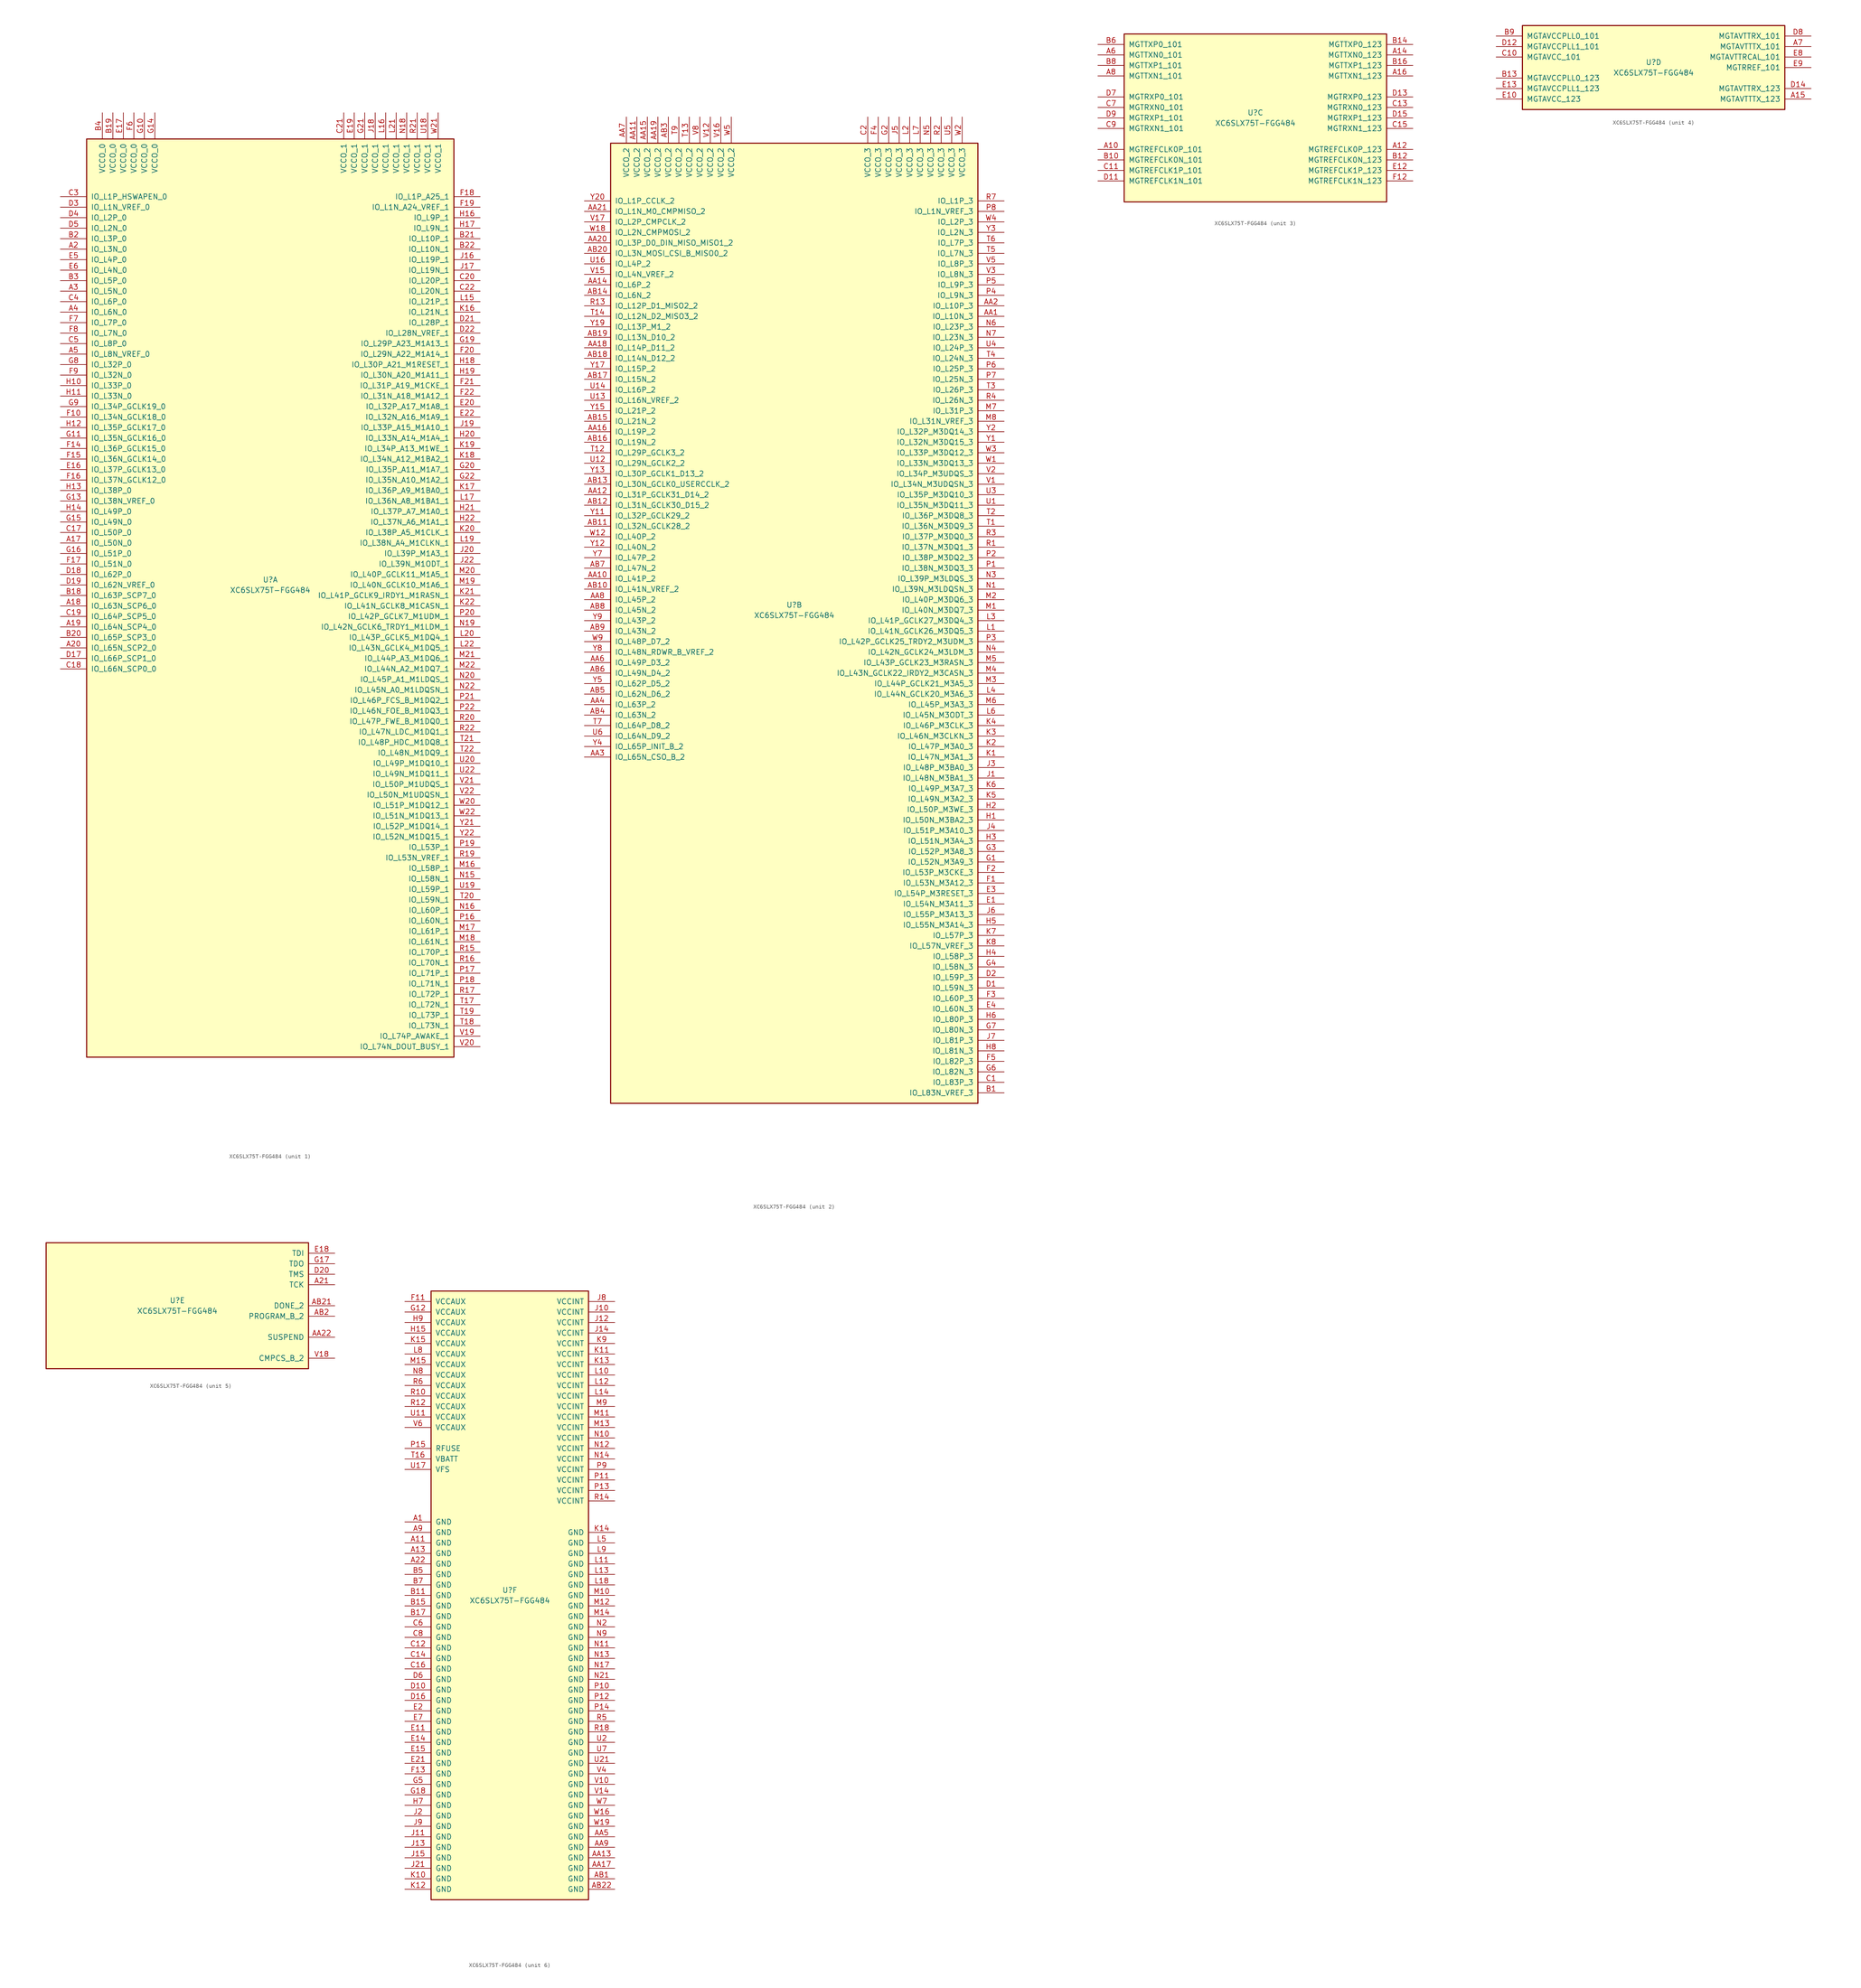
<source format=kicad_sym>
(kicad_symbol_lib
  (version 20201005)
  (generator kicad_symbol_editor)
  (symbol "XC6SLX75T-FGG484"
    (pin_names
      (offset 1.016))
    (property "Reference" "U"
      (at 0 1.27 0)
      (effects (font (size 1.27 1.27))))
    (property "Value" "XC6SLX75T-FGG484"
      (at 0 -1.27 0)
      (effects (font (size 1.27 1.27))))
    (property "Datasheet" ""
      (at 0 0 0)
      (effects (font (size 1.27 1.27))))
    (property "ki_locked" ""
      (at 0 0 0)
      (effects (font (size 1.27 1.27))))
    (symbol "XC6SLX75T-FGG484_1_1"
      (rectangle (start -44.45 107.95) (end 44.45 -114.3) (stroke (width 0.254)) (fill (type background)))
      (pin power_in line (at -40.64 114.3 270) (length 6.35) (name "VCCO_0" (effects (font (size 1.27 1.27)))) (number "B4" (effects (font (size 1.27 1.27)))))
      (pin power_in line (at -38.1 114.3 270) (length 6.35) (name "VCCO_0" (effects (font (size 1.27 1.27)))) (number "B19" (effects (font (size 1.27 1.27)))))
      (pin power_in line (at -35.56 114.3 270) (length 6.35) (name "VCCO_0" (effects (font (size 1.27 1.27)))) (number "E17" (effects (font (size 1.27 1.27)))))
      (pin power_in line (at -33.02 114.3 270) (length 6.35) (name "VCCO_0" (effects (font (size 1.27 1.27)))) (number "F6" (effects (font (size 1.27 1.27)))))
      (pin power_in line (at -30.48 114.3 270) (length 6.35) (name "VCCO_0" (effects (font (size 1.27 1.27)))) (number "G10" (effects (font (size 1.27 1.27)))))
      (pin power_in line (at -27.94 114.3 270) (length 6.35) (name "VCCO_0" (effects (font (size 1.27 1.27)))) (number "G14" (effects (font (size 1.27 1.27)))))
      (pin bidirectional line (at -50.8 93.98 0) (length 6.35) (name "IO_L1P_HSWAPEN_0" (effects (font (size 1.27 1.27)))) (number "C3" (effects (font (size 1.27 1.27)))))
      (pin bidirectional line (at -50.8 91.44 0) (length 6.35) (name "IO_L1N_VREF_0" (effects (font (size 1.27 1.27)))) (number "D3" (effects (font (size 1.27 1.27)))))
      (pin bidirectional line (at -50.8 88.9 0) (length 6.35) (name "IO_L2P_0" (effects (font (size 1.27 1.27)))) (number "D4" (effects (font (size 1.27 1.27)))))
      (pin bidirectional line (at -50.8 86.36 0) (length 6.35) (name "IO_L2N_0" (effects (font (size 1.27 1.27)))) (number "D5" (effects (font (size 1.27 1.27)))))
      (pin bidirectional line (at -50.8 83.82 0) (length 6.35) (name "IO_L3P_0" (effects (font (size 1.27 1.27)))) (number "B2" (effects (font (size 1.27 1.27)))))
      (pin bidirectional line (at -50.8 81.28 0) (length 6.35) (name "IO_L3N_0" (effects (font (size 1.27 1.27)))) (number "A2" (effects (font (size 1.27 1.27)))))
      (pin bidirectional line (at -50.8 78.74 0) (length 6.35) (name "IO_L4P_0" (effects (font (size 1.27 1.27)))) (number "E5" (effects (font (size 1.27 1.27)))))
      (pin bidirectional line (at -50.8 76.2 0) (length 6.35) (name "IO_L4N_0" (effects (font (size 1.27 1.27)))) (number "E6" (effects (font (size 1.27 1.27)))))
      (pin bidirectional line (at -50.8 73.66 0) (length 6.35) (name "IO_L5P_0" (effects (font (size 1.27 1.27)))) (number "B3" (effects (font (size 1.27 1.27)))))
      (pin bidirectional line (at -50.8 71.12 0) (length 6.35) (name "IO_L5N_0" (effects (font (size 1.27 1.27)))) (number "A3" (effects (font (size 1.27 1.27)))))
      (pin bidirectional line (at -50.8 68.58 0) (length 6.35) (name "IO_L6P_0" (effects (font (size 1.27 1.27)))) (number "C4" (effects (font (size 1.27 1.27)))))
      (pin bidirectional line (at -50.8 66.04 0) (length 6.35) (name "IO_L6N_0" (effects (font (size 1.27 1.27)))) (number "A4" (effects (font (size 1.27 1.27)))))
      (pin bidirectional line (at -50.8 63.5 0) (length 6.35) (name "IO_L7P_0" (effects (font (size 1.27 1.27)))) (number "F7" (effects (font (size 1.27 1.27)))))
      (pin bidirectional line (at -50.8 60.96 0) (length 6.35) (name "IO_L7N_0" (effects (font (size 1.27 1.27)))) (number "F8" (effects (font (size 1.27 1.27)))))
      (pin bidirectional line (at -50.8 58.42 0) (length 6.35) (name "IO_L8P_0" (effects (font (size 1.27 1.27)))) (number "C5" (effects (font (size 1.27 1.27)))))
      (pin bidirectional line (at -50.8 55.88 0) (length 6.35) (name "IO_L8N_VREF_0" (effects (font (size 1.27 1.27)))) (number "A5" (effects (font (size 1.27 1.27)))))
      (pin bidirectional line (at -50.8 53.34 0) (length 6.35) (name "IO_L32P_0" (effects (font (size 1.27 1.27)))) (number "G8" (effects (font (size 1.27 1.27)))))
      (pin bidirectional line (at -50.8 50.8 0) (length 6.35) (name "IO_L32N_0" (effects (font (size 1.27 1.27)))) (number "F9" (effects (font (size 1.27 1.27)))))
      (pin bidirectional line (at -50.8 48.26 0) (length 6.35) (name "IO_L33P_0" (effects (font (size 1.27 1.27)))) (number "H10" (effects (font (size 1.27 1.27)))))
      (pin bidirectional line (at -50.8 45.72 0) (length 6.35) (name "IO_L33N_0" (effects (font (size 1.27 1.27)))) (number "H11" (effects (font (size 1.27 1.27)))))
      (pin bidirectional line (at -50.8 43.18 0) (length 6.35) (name "IO_L34P_GCLK19_0" (effects (font (size 1.27 1.27)))) (number "G9" (effects (font (size 1.27 1.27)))))
      (pin bidirectional line (at -50.8 40.64 0) (length 6.35) (name "IO_L34N_GCLK18_0" (effects (font (size 1.27 1.27)))) (number "F10" (effects (font (size 1.27 1.27)))))
      (pin bidirectional line (at -50.8 38.1 0) (length 6.35) (name "IO_L35P_GCLK17_0" (effects (font (size 1.27 1.27)))) (number "H12" (effects (font (size 1.27 1.27)))))
      (pin bidirectional line (at -50.8 35.56 0) (length 6.35) (name "IO_L35N_GCLK16_0" (effects (font (size 1.27 1.27)))) (number "G11" (effects (font (size 1.27 1.27)))))
      (pin bidirectional line (at -50.8 33.02 0) (length 6.35) (name "IO_L36P_GCLK15_0" (effects (font (size 1.27 1.27)))) (number "F14" (effects (font (size 1.27 1.27)))))
      (pin bidirectional line (at -50.8 30.48 0) (length 6.35) (name "IO_L36N_GCLK14_0" (effects (font (size 1.27 1.27)))) (number "F15" (effects (font (size 1.27 1.27)))))
      (pin bidirectional line (at -50.8 27.94 0) (length 6.35) (name "IO_L37P_GCLK13_0" (effects (font (size 1.27 1.27)))) (number "E16" (effects (font (size 1.27 1.27)))))
      (pin bidirectional line (at -50.8 25.4 0) (length 6.35) (name "IO_L37N_GCLK12_0" (effects (font (size 1.27 1.27)))) (number "F16" (effects (font (size 1.27 1.27)))))
      (pin bidirectional line (at -50.8 22.86 0) (length 6.35) (name "IO_L38P_0" (effects (font (size 1.27 1.27)))) (number "H13" (effects (font (size 1.27 1.27)))))
      (pin bidirectional line (at -50.8 20.32 0) (length 6.35) (name "IO_L38N_VREF_0" (effects (font (size 1.27 1.27)))) (number "G13" (effects (font (size 1.27 1.27)))))
      (pin bidirectional line (at -50.8 17.78 0) (length 6.35) (name "IO_L49P_0" (effects (font (size 1.27 1.27)))) (number "H14" (effects (font (size 1.27 1.27)))))
      (pin bidirectional line (at -50.8 15.24 0) (length 6.35) (name "IO_L49N_0" (effects (font (size 1.27 1.27)))) (number "G15" (effects (font (size 1.27 1.27)))))
      (pin bidirectional line (at -50.8 12.7 0) (length 6.35) (name "IO_L50P_0" (effects (font (size 1.27 1.27)))) (number "C17" (effects (font (size 1.27 1.27)))))
      (pin bidirectional line (at -50.8 10.16 0) (length 6.35) (name "IO_L50N_0" (effects (font (size 1.27 1.27)))) (number "A17" (effects (font (size 1.27 1.27)))))
      (pin bidirectional line (at -50.8 7.62 0) (length 6.35) (name "IO_L51P_0" (effects (font (size 1.27 1.27)))) (number "G16" (effects (font (size 1.27 1.27)))))
      (pin bidirectional line (at -50.8 5.08 0) (length 6.35) (name "IO_L51N_0" (effects (font (size 1.27 1.27)))) (number "F17" (effects (font (size 1.27 1.27)))))
      (pin bidirectional line (at -50.8 2.54 0) (length 6.35) (name "IO_L62P_0" (effects (font (size 1.27 1.27)))) (number "D18" (effects (font (size 1.27 1.27)))))
      (pin bidirectional line (at -50.8 0 0) (length 6.35) (name "IO_L62N_VREF_0" (effects (font (size 1.27 1.27)))) (number "D19" (effects (font (size 1.27 1.27)))))
      (pin bidirectional line (at -50.8 -2.54 0) (length 6.35) (name "IO_L63P_SCP7_0" (effects (font (size 1.27 1.27)))) (number "B18" (effects (font (size 1.27 1.27)))))
      (pin bidirectional line (at -50.8 -5.08 0) (length 6.35) (name "IO_L63N_SCP6_0" (effects (font (size 1.27 1.27)))) (number "A18" (effects (font (size 1.27 1.27)))))
      (pin bidirectional line (at -50.8 -7.62 0) (length 6.35) (name "IO_L64P_SCP5_0" (effects (font (size 1.27 1.27)))) (number "C19" (effects (font (size 1.27 1.27)))))
      (pin bidirectional line (at -50.8 -10.16 0) (length 6.35) (name "IO_L64N_SCP4_0" (effects (font (size 1.27 1.27)))) (number "A19" (effects (font (size 1.27 1.27)))))
      (pin bidirectional line (at -50.8 -12.7 0) (length 6.35) (name "IO_L65P_SCP3_0" (effects (font (size 1.27 1.27)))) (number "B20" (effects (font (size 1.27 1.27)))))
      (pin bidirectional line (at -50.8 -15.24 0) (length 6.35) (name "IO_L65N_SCP2_0" (effects (font (size 1.27 1.27)))) (number "A20" (effects (font (size 1.27 1.27)))))
      (pin bidirectional line (at -50.8 -17.78 0) (length 6.35) (name "IO_L66P_SCP1_0" (effects (font (size 1.27 1.27)))) (number "D17" (effects (font (size 1.27 1.27)))))
      (pin bidirectional line (at -50.8 -20.32 0) (length 6.35) (name "IO_L66N_SCP0_0" (effects (font (size 1.27 1.27)))) (number "C18" (effects (font (size 1.27 1.27)))))
      (pin power_in line (at 17.78 114.3 270) (length 6.35) (name "VCCO_1" (effects (font (size 1.27 1.27)))) (number "C21" (effects (font (size 1.27 1.27)))))
      (pin power_in line (at 20.32 114.3 270) (length 6.35) (name "VCCO_1" (effects (font (size 1.27 1.27)))) (number "E19" (effects (font (size 1.27 1.27)))))
      (pin power_in line (at 22.86 114.3 270) (length 6.35) (name "VCCO_1" (effects (font (size 1.27 1.27)))) (number "G21" (effects (font (size 1.27 1.27)))))
      (pin power_in line (at 25.4 114.3 270) (length 6.35) (name "VCCO_1" (effects (font (size 1.27 1.27)))) (number "J18" (effects (font (size 1.27 1.27)))))
      (pin power_in line (at 27.94 114.3 270) (length 6.35) (name "VCCO_1" (effects (font (size 1.27 1.27)))) (number "L16" (effects (font (size 1.27 1.27)))))
      (pin power_in line (at 30.48 114.3 270) (length 6.35) (name "VCCO_1" (effects (font (size 1.27 1.27)))) (number "L21" (effects (font (size 1.27 1.27)))))
      (pin power_in line (at 33.02 114.3 270) (length 6.35) (name "VCCO_1" (effects (font (size 1.27 1.27)))) (number "N18" (effects (font (size 1.27 1.27)))))
      (pin power_in line (at 35.56 114.3 270) (length 6.35) (name "VCCO_1" (effects (font (size 1.27 1.27)))) (number "R21" (effects (font (size 1.27 1.27)))))
      (pin power_in line (at 38.1 114.3 270) (length 6.35) (name "VCCO_1" (effects (font (size 1.27 1.27)))) (number "U18" (effects (font (size 1.27 1.27)))))
      (pin power_in line (at 40.64 114.3 270) (length 6.35) (name "VCCO_1" (effects (font (size 1.27 1.27)))) (number "W21" (effects (font (size 1.27 1.27)))))
      (pin bidirectional line (at 50.8 93.98 180) (length 6.35) (name "IO_L1P_A25_1" (effects (font (size 1.27 1.27)))) (number "F18" (effects (font (size 1.27 1.27)))))
      (pin bidirectional line (at 50.8 91.44 180) (length 6.35) (name "IO_L1N_A24_VREF_1" (effects (font (size 1.27 1.27)))) (number "F19" (effects (font (size 1.27 1.27)))))
      (pin bidirectional line (at 50.8 88.9 180) (length 6.35) (name "IO_L9P_1" (effects (font (size 1.27 1.27)))) (number "H16" (effects (font (size 1.27 1.27)))))
      (pin bidirectional line (at 50.8 86.36 180) (length 6.35) (name "IO_L9N_1" (effects (font (size 1.27 1.27)))) (number "H17" (effects (font (size 1.27 1.27)))))
      (pin bidirectional line (at 50.8 83.82 180) (length 6.35) (name "IO_L10P_1" (effects (font (size 1.27 1.27)))) (number "B21" (effects (font (size 1.27 1.27)))))
      (pin bidirectional line (at 50.8 81.28 180) (length 6.35) (name "IO_L10N_1" (effects (font (size 1.27 1.27)))) (number "B22" (effects (font (size 1.27 1.27)))))
      (pin bidirectional line (at 50.8 78.74 180) (length 6.35) (name "IO_L19P_1" (effects (font (size 1.27 1.27)))) (number "J16" (effects (font (size 1.27 1.27)))))
      (pin bidirectional line (at 50.8 76.2 180) (length 6.35) (name "IO_L19N_1" (effects (font (size 1.27 1.27)))) (number "J17" (effects (font (size 1.27 1.27)))))
      (pin bidirectional line (at 50.8 73.66 180) (length 6.35) (name "IO_L20P_1" (effects (font (size 1.27 1.27)))) (number "C20" (effects (font (size 1.27 1.27)))))
      (pin bidirectional line (at 50.8 71.12 180) (length 6.35) (name "IO_L20N_1" (effects (font (size 1.27 1.27)))) (number "C22" (effects (font (size 1.27 1.27)))))
      (pin bidirectional line (at 50.8 68.58 180) (length 6.35) (name "IO_L21P_1" (effects (font (size 1.27 1.27)))) (number "L15" (effects (font (size 1.27 1.27)))))
      (pin bidirectional line (at 50.8 66.04 180) (length 6.35) (name "IO_L21N_1" (effects (font (size 1.27 1.27)))) (number "K16" (effects (font (size 1.27 1.27)))))
      (pin bidirectional line (at 50.8 63.5 180) (length 6.35) (name "IO_L28P_1" (effects (font (size 1.27 1.27)))) (number "D21" (effects (font (size 1.27 1.27)))))
      (pin bidirectional line (at 50.8 60.96 180) (length 6.35) (name "IO_L28N_VREF_1" (effects (font (size 1.27 1.27)))) (number "D22" (effects (font (size 1.27 1.27)))))
      (pin bidirectional line (at 50.8 58.42 180) (length 6.35) (name "IO_L29P_A23_M1A13_1" (effects (font (size 1.27 1.27)))) (number "G19" (effects (font (size 1.27 1.27)))))
      (pin bidirectional line (at 50.8 55.88 180) (length 6.35) (name "IO_L29N_A22_M1A14_1" (effects (font (size 1.27 1.27)))) (number "F20" (effects (font (size 1.27 1.27)))))
      (pin bidirectional line (at 50.8 53.34 180) (length 6.35) (name "IO_L30P_A21_M1RESET_1" (effects (font (size 1.27 1.27)))) (number "H18" (effects (font (size 1.27 1.27)))))
      (pin bidirectional line (at 50.8 50.8 180) (length 6.35) (name "IO_L30N_A20_M1A11_1" (effects (font (size 1.27 1.27)))) (number "H19" (effects (font (size 1.27 1.27)))))
      (pin bidirectional line (at 50.8 48.26 180) (length 6.35) (name "IO_L31P_A19_M1CKE_1" (effects (font (size 1.27 1.27)))) (number "F21" (effects (font (size 1.27 1.27)))))
      (pin bidirectional line (at 50.8 45.72 180) (length 6.35) (name "IO_L31N_A18_M1A12_1" (effects (font (size 1.27 1.27)))) (number "F22" (effects (font (size 1.27 1.27)))))
      (pin bidirectional line (at 50.8 43.18 180) (length 6.35) (name "IO_L32P_A17_M1A8_1" (effects (font (size 1.27 1.27)))) (number "E20" (effects (font (size 1.27 1.27)))))
      (pin bidirectional line (at 50.8 40.64 180) (length 6.35) (name "IO_L32N_A16_M1A9_1" (effects (font (size 1.27 1.27)))) (number "E22" (effects (font (size 1.27 1.27)))))
      (pin bidirectional line (at 50.8 38.1 180) (length 6.35) (name "IO_L33P_A15_M1A10_1" (effects (font (size 1.27 1.27)))) (number "J19" (effects (font (size 1.27 1.27)))))
      (pin bidirectional line (at 50.8 35.56 180) (length 6.35) (name "IO_L33N_A14_M1A4_1" (effects (font (size 1.27 1.27)))) (number "H20" (effects (font (size 1.27 1.27)))))
      (pin bidirectional line (at 50.8 33.02 180) (length 6.35) (name "IO_L34P_A13_M1WE_1" (effects (font (size 1.27 1.27)))) (number "K19" (effects (font (size 1.27 1.27)))))
      (pin bidirectional line (at 50.8 30.48 180) (length 6.35) (name "IO_L34N_A12_M1BA2_1" (effects (font (size 1.27 1.27)))) (number "K18" (effects (font (size 1.27 1.27)))))
      (pin bidirectional line (at 50.8 27.94 180) (length 6.35) (name "IO_L35P_A11_M1A7_1" (effects (font (size 1.27 1.27)))) (number "G20" (effects (font (size 1.27 1.27)))))
      (pin bidirectional line (at 50.8 25.4 180) (length 6.35) (name "IO_L35N_A10_M1A2_1" (effects (font (size 1.27 1.27)))) (number "G22" (effects (font (size 1.27 1.27)))))
      (pin bidirectional line (at 50.8 22.86 180) (length 6.35) (name "IO_L36P_A9_M1BA0_1" (effects (font (size 1.27 1.27)))) (number "K17" (effects (font (size 1.27 1.27)))))
      (pin bidirectional line (at 50.8 20.32 180) (length 6.35) (name "IO_L36N_A8_M1BA1_1" (effects (font (size 1.27 1.27)))) (number "L17" (effects (font (size 1.27 1.27)))))
      (pin bidirectional line (at 50.8 17.78 180) (length 6.35) (name "IO_L37P_A7_M1A0_1" (effects (font (size 1.27 1.27)))) (number "H21" (effects (font (size 1.27 1.27)))))
      (pin bidirectional line (at 50.8 15.24 180) (length 6.35) (name "IO_L37N_A6_M1A1_1" (effects (font (size 1.27 1.27)))) (number "H22" (effects (font (size 1.27 1.27)))))
      (pin bidirectional line (at 50.8 12.7 180) (length 6.35) (name "IO_L38P_A5_M1CLK_1" (effects (font (size 1.27 1.27)))) (number "K20" (effects (font (size 1.27 1.27)))))
      (pin bidirectional line (at 50.8 10.16 180) (length 6.35) (name "IO_L38N_A4_M1CLKN_1" (effects (font (size 1.27 1.27)))) (number "L19" (effects (font (size 1.27 1.27)))))
      (pin bidirectional line (at 50.8 7.62 180) (length 6.35) (name "IO_L39P_M1A3_1" (effects (font (size 1.27 1.27)))) (number "J20" (effects (font (size 1.27 1.27)))))
      (pin bidirectional line (at 50.8 5.08 180) (length 6.35) (name "IO_L39N_M1ODT_1" (effects (font (size 1.27 1.27)))) (number "J22" (effects (font (size 1.27 1.27)))))
      (pin bidirectional line (at 50.8 2.54 180) (length 6.35) (name "IO_L40P_GCLK11_M1A5_1" (effects (font (size 1.27 1.27)))) (number "M20" (effects (font (size 1.27 1.27)))))
      (pin bidirectional line (at 50.8 0 180) (length 6.35) (name "IO_L40N_GCLK10_M1A6_1" (effects (font (size 1.27 1.27)))) (number "M19" (effects (font (size 1.27 1.27)))))
      (pin bidirectional line (at 50.8 -2.54 180) (length 6.35) (name "IO_L41P_GCLK9_IRDY1_M1RASN_1" (effects (font (size 1.27 1.27)))) (number "K21" (effects (font (size 1.27 1.27)))))
      (pin bidirectional line (at 50.8 -5.08 180) (length 6.35) (name "IO_L41N_GCLK8_M1CASN_1" (effects (font (size 1.27 1.27)))) (number "K22" (effects (font (size 1.27 1.27)))))
      (pin bidirectional line (at 50.8 -7.62 180) (length 6.35) (name "IO_L42P_GCLK7_M1UDM_1" (effects (font (size 1.27 1.27)))) (number "P20" (effects (font (size 1.27 1.27)))))
      (pin bidirectional line (at 50.8 -10.16 180) (length 6.35) (name "IO_L42N_GCLK6_TRDY1_M1LDM_1" (effects (font (size 1.27 1.27)))) (number "N19" (effects (font (size 1.27 1.27)))))
      (pin bidirectional line (at 50.8 -12.7 180) (length 6.35) (name "IO_L43P_GCLK5_M1DQ4_1" (effects (font (size 1.27 1.27)))) (number "L20" (effects (font (size 1.27 1.27)))))
      (pin bidirectional line (at 50.8 -15.24 180) (length 6.35) (name "IO_L43N_GCLK4_M1DQ5_1" (effects (font (size 1.27 1.27)))) (number "L22" (effects (font (size 1.27 1.27)))))
      (pin bidirectional line (at 50.8 -17.78 180) (length 6.35) (name "IO_L44P_A3_M1DQ6_1" (effects (font (size 1.27 1.27)))) (number "M21" (effects (font (size 1.27 1.27)))))
      (pin bidirectional line (at 50.8 -20.32 180) (length 6.35) (name "IO_L44N_A2_M1DQ7_1" (effects (font (size 1.27 1.27)))) (number "M22" (effects (font (size 1.27 1.27)))))
      (pin bidirectional line (at 50.8 -22.86 180) (length 6.35) (name "IO_L45P_A1_M1LDQS_1" (effects (font (size 1.27 1.27)))) (number "N20" (effects (font (size 1.27 1.27)))))
      (pin bidirectional line (at 50.8 -25.4 180) (length 6.35) (name "IO_L45N_A0_M1LDQSN_1" (effects (font (size 1.27 1.27)))) (number "N22" (effects (font (size 1.27 1.27)))))
      (pin bidirectional line (at 50.8 -27.94 180) (length 6.35) (name "IO_L46P_FCS_B_M1DQ2_1" (effects (font (size 1.27 1.27)))) (number "P21" (effects (font (size 1.27 1.27)))))
      (pin bidirectional line (at 50.8 -30.48 180) (length 6.35) (name "IO_L46N_FOE_B_M1DQ3_1" (effects (font (size 1.27 1.27)))) (number "P22" (effects (font (size 1.27 1.27)))))
      (pin bidirectional line (at 50.8 -33.02 180) (length 6.35) (name "IO_L47P_FWE_B_M1DQ0_1" (effects (font (size 1.27 1.27)))) (number "R20" (effects (font (size 1.27 1.27)))))
      (pin bidirectional line (at 50.8 -35.56 180) (length 6.35) (name "IO_L47N_LDC_M1DQ1_1" (effects (font (size 1.27 1.27)))) (number "R22" (effects (font (size 1.27 1.27)))))
      (pin bidirectional line (at 50.8 -38.1 180) (length 6.35) (name "IO_L48P_HDC_M1DQ8_1" (effects (font (size 1.27 1.27)))) (number "T21" (effects (font (size 1.27 1.27)))))
      (pin bidirectional line (at 50.8 -40.64 180) (length 6.35) (name "IO_L48N_M1DQ9_1" (effects (font (size 1.27 1.27)))) (number "T22" (effects (font (size 1.27 1.27)))))
      (pin bidirectional line (at 50.8 -43.18 180) (length 6.35) (name "IO_L49P_M1DQ10_1" (effects (font (size 1.27 1.27)))) (number "U20" (effects (font (size 1.27 1.27)))))
      (pin bidirectional line (at 50.8 -45.72 180) (length 6.35) (name "IO_L49N_M1DQ11_1" (effects (font (size 1.27 1.27)))) (number "U22" (effects (font (size 1.27 1.27)))))
      (pin bidirectional line (at 50.8 -48.26 180) (length 6.35) (name "IO_L50P_M1UDQS_1" (effects (font (size 1.27 1.27)))) (number "V21" (effects (font (size 1.27 1.27)))))
      (pin bidirectional line (at 50.8 -50.8 180) (length 6.35) (name "IO_L50N_M1UDQSN_1" (effects (font (size 1.27 1.27)))) (number "V22" (effects (font (size 1.27 1.27)))))
      (pin bidirectional line (at 50.8 -53.34 180) (length 6.35) (name "IO_L51P_M1DQ12_1" (effects (font (size 1.27 1.27)))) (number "W20" (effects (font (size 1.27 1.27)))))
      (pin bidirectional line (at 50.8 -55.88 180) (length 6.35) (name "IO_L51N_M1DQ13_1" (effects (font (size 1.27 1.27)))) (number "W22" (effects (font (size 1.27 1.27)))))
      (pin bidirectional line (at 50.8 -58.42 180) (length 6.35) (name "IO_L52P_M1DQ14_1" (effects (font (size 1.27 1.27)))) (number "Y21" (effects (font (size 1.27 1.27)))))
      (pin bidirectional line (at 50.8 -60.96 180) (length 6.35) (name "IO_L52N_M1DQ15_1" (effects (font (size 1.27 1.27)))) (number "Y22" (effects (font (size 1.27 1.27)))))
      (pin bidirectional line (at 50.8 -63.5 180) (length 6.35) (name "IO_L53P_1" (effects (font (size 1.27 1.27)))) (number "P19" (effects (font (size 1.27 1.27)))))
      (pin bidirectional line (at 50.8 -66.04 180) (length 6.35) (name "IO_L53N_VREF_1" (effects (font (size 1.27 1.27)))) (number "R19" (effects (font (size 1.27 1.27)))))
      (pin bidirectional line (at 50.8 -68.58 180) (length 6.35) (name "IO_L58P_1" (effects (font (size 1.27 1.27)))) (number "M16" (effects (font (size 1.27 1.27)))))
      (pin bidirectional line (at 50.8 -71.12 180) (length 6.35) (name "IO_L58N_1" (effects (font (size 1.27 1.27)))) (number "N15" (effects (font (size 1.27 1.27)))))
      (pin bidirectional line (at 50.8 -73.66 180) (length 6.35) (name "IO_L59P_1" (effects (font (size 1.27 1.27)))) (number "U19" (effects (font (size 1.27 1.27)))))
      (pin bidirectional line (at 50.8 -76.2 180) (length 6.35) (name "IO_L59N_1" (effects (font (size 1.27 1.27)))) (number "T20" (effects (font (size 1.27 1.27)))))
      (pin bidirectional line (at 50.8 -78.74 180) (length 6.35) (name "IO_L60P_1" (effects (font (size 1.27 1.27)))) (number "N16" (effects (font (size 1.27 1.27)))))
      (pin bidirectional line (at 50.8 -81.28 180) (length 6.35) (name "IO_L60N_1" (effects (font (size 1.27 1.27)))) (number "P16" (effects (font (size 1.27 1.27)))))
      (pin bidirectional line (at 50.8 -83.82 180) (length 6.35) (name "IO_L61P_1" (effects (font (size 1.27 1.27)))) (number "M17" (effects (font (size 1.27 1.27)))))
      (pin bidirectional line (at 50.8 -86.36 180) (length 6.35) (name "IO_L61N_1" (effects (font (size 1.27 1.27)))) (number "M18" (effects (font (size 1.27 1.27)))))
      (pin bidirectional line (at 50.8 -88.9 180) (length 6.35) (name "IO_L70P_1" (effects (font (size 1.27 1.27)))) (number "R15" (effects (font (size 1.27 1.27)))))
      (pin bidirectional line (at 50.8 -91.44 180) (length 6.35) (name "IO_L70N_1" (effects (font (size 1.27 1.27)))) (number "R16" (effects (font (size 1.27 1.27)))))
      (pin bidirectional line (at 50.8 -93.98 180) (length 6.35) (name "IO_L71P_1" (effects (font (size 1.27 1.27)))) (number "P17" (effects (font (size 1.27 1.27)))))
      (pin bidirectional line (at 50.8 -96.52 180) (length 6.35) (name "IO_L71N_1" (effects (font (size 1.27 1.27)))) (number "P18" (effects (font (size 1.27 1.27)))))
      (pin bidirectional line (at 50.8 -99.06 180) (length 6.35) (name "IO_L72P_1" (effects (font (size 1.27 1.27)))) (number "R17" (effects (font (size 1.27 1.27)))))
      (pin bidirectional line (at 50.8 -101.6 180) (length 6.35) (name "IO_L72N_1" (effects (font (size 1.27 1.27)))) (number "T17" (effects (font (size 1.27 1.27)))))
      (pin bidirectional line (at 50.8 -104.14 180) (length 6.35) (name "IO_L73P_1" (effects (font (size 1.27 1.27)))) (number "T19" (effects (font (size 1.27 1.27)))))
      (pin bidirectional line (at 50.8 -106.68 180) (length 6.35) (name "IO_L73N_1" (effects (font (size 1.27 1.27)))) (number "T18" (effects (font (size 1.27 1.27)))))
      (pin bidirectional line (at 50.8 -109.22 180) (length 6.35) (name "IO_L74P_AWAKE_1" (effects (font (size 1.27 1.27)))) (number "V19" (effects (font (size 1.27 1.27)))))
      (pin bidirectional line (at 50.8 -111.76 180) (length 6.35) (name "IO_L74N_DOUT_BUSY_1" (effects (font (size 1.27 1.27)))) (number "V20" (effects (font (size 1.27 1.27))))))
    (symbol "XC6SLX75T-FGG484_2_1"
      (rectangle (start -44.45 113.03) (end 44.45 -119.38) (stroke (width 0.254)) (fill (type background)))
      (pin power_in line (at -40.64 119.38 270) (length 6.35) (name "VCCO_2" (effects (font (size 1.27 1.27)))) (number "AA7" (effects (font (size 1.27 1.27)))))
      (pin power_in line (at -38.1 119.38 270) (length 6.35) (name "VCCO_2" (effects (font (size 1.27 1.27)))) (number "AA11" (effects (font (size 1.27 1.27)))))
      (pin power_in line (at -35.56 119.38 270) (length 6.35) (name "VCCO_2" (effects (font (size 1.27 1.27)))) (number "AA15" (effects (font (size 1.27 1.27)))))
      (pin power_in line (at -33.02 119.38 270) (length 6.35) (name "VCCO_2" (effects (font (size 1.27 1.27)))) (number "AA19" (effects (font (size 1.27 1.27)))))
      (pin power_in line (at -30.48 119.38 270) (length 6.35) (name "VCCO_2" (effects (font (size 1.27 1.27)))) (number "AB3" (effects (font (size 1.27 1.27)))))
      (pin power_in line (at -27.94 119.38 270) (length 6.35) (name "VCCO_2" (effects (font (size 1.27 1.27)))) (number "T9" (effects (font (size 1.27 1.27)))))
      (pin power_in line (at -25.4 119.38 270) (length 6.35) (name "VCCO_2" (effects (font (size 1.27 1.27)))) (number "T13" (effects (font (size 1.27 1.27)))))
      (pin power_in line (at -22.86 119.38 270) (length 6.35) (name "VCCO_2" (effects (font (size 1.27 1.27)))) (number "V8" (effects (font (size 1.27 1.27)))))
      (pin power_in line (at -20.32 119.38 270) (length 6.35) (name "VCCO_2" (effects (font (size 1.27 1.27)))) (number "V12" (effects (font (size 1.27 1.27)))))
      (pin power_in line (at -17.78 119.38 270) (length 6.35) (name "VCCO_2" (effects (font (size 1.27 1.27)))) (number "V16" (effects (font (size 1.27 1.27)))))
      (pin power_in line (at -15.24 119.38 270) (length 6.35) (name "VCCO_2" (effects (font (size 1.27 1.27)))) (number "W5" (effects (font (size 1.27 1.27)))))
      (pin bidirectional line (at -50.8 99.06 0) (length 6.35) (name "IO_L1P_CCLK_2" (effects (font (size 1.27 1.27)))) (number "Y20" (effects (font (size 1.27 1.27)))))
      (pin bidirectional line (at -50.8 96.52 0) (length 6.35) (name "IO_L1N_M0_CMPMISO_2" (effects (font (size 1.27 1.27)))) (number "AA21" (effects (font (size 1.27 1.27)))))
      (pin bidirectional line (at -50.8 93.98 0) (length 6.35) (name "IO_L2P_CMPCLK_2" (effects (font (size 1.27 1.27)))) (number "V17" (effects (font (size 1.27 1.27)))))
      (pin bidirectional line (at -50.8 91.44 0) (length 6.35) (name "IO_L2N_CMPMOSI_2" (effects (font (size 1.27 1.27)))) (number "W18" (effects (font (size 1.27 1.27)))))
      (pin bidirectional line (at -50.8 88.9 0) (length 6.35) (name "IO_L3P_D0_DIN_MISO_MISO1_2" (effects (font (size 1.27 1.27)))) (number "AA20" (effects (font (size 1.27 1.27)))))
      (pin bidirectional line (at -50.8 86.36 0) (length 6.35) (name "IO_L3N_MOSI_CSI_B_MISO0_2" (effects (font (size 1.27 1.27)))) (number "AB20" (effects (font (size 1.27 1.27)))))
      (pin bidirectional line (at -50.8 83.82 0) (length 6.35) (name "IO_L4P_2" (effects (font (size 1.27 1.27)))) (number "U16" (effects (font (size 1.27 1.27)))))
      (pin bidirectional line (at -50.8 81.28 0) (length 6.35) (name "IO_L4N_VREF_2" (effects (font (size 1.27 1.27)))) (number "V15" (effects (font (size 1.27 1.27)))))
      (pin bidirectional line (at -50.8 78.74 0) (length 6.35) (name "IO_L6P_2" (effects (font (size 1.27 1.27)))) (number "AA14" (effects (font (size 1.27 1.27)))))
      (pin bidirectional line (at -50.8 76.2 0) (length 6.35) (name "IO_L6N_2" (effects (font (size 1.27 1.27)))) (number "AB14" (effects (font (size 1.27 1.27)))))
      (pin bidirectional line (at -50.8 73.66 0) (length 6.35) (name "IO_L12P_D1_MISO2_2" (effects (font (size 1.27 1.27)))) (number "R13" (effects (font (size 1.27 1.27)))))
      (pin bidirectional line (at -50.8 71.12 0) (length 6.35) (name "IO_L12N_D2_MISO3_2" (effects (font (size 1.27 1.27)))) (number "T14" (effects (font (size 1.27 1.27)))))
      (pin bidirectional line (at -50.8 68.58 0) (length 6.35) (name "IO_L13P_M1_2" (effects (font (size 1.27 1.27)))) (number "Y19" (effects (font (size 1.27 1.27)))))
      (pin bidirectional line (at -50.8 66.04 0) (length 6.35) (name "IO_L13N_D10_2" (effects (font (size 1.27 1.27)))) (number "AB19" (effects (font (size 1.27 1.27)))))
      (pin bidirectional line (at -50.8 63.5 0) (length 6.35) (name "IO_L14P_D11_2" (effects (font (size 1.27 1.27)))) (number "AA18" (effects (font (size 1.27 1.27)))))
      (pin bidirectional line (at -50.8 60.96 0) (length 6.35) (name "IO_L14N_D12_2" (effects (font (size 1.27 1.27)))) (number "AB18" (effects (font (size 1.27 1.27)))))
      (pin bidirectional line (at -50.8 58.42 0) (length 6.35) (name "IO_L15P_2" (effects (font (size 1.27 1.27)))) (number "Y17" (effects (font (size 1.27 1.27)))))
      (pin bidirectional line (at -50.8 55.88 0) (length 6.35) (name "IO_L15N_2" (effects (font (size 1.27 1.27)))) (number "AB17" (effects (font (size 1.27 1.27)))))
      (pin bidirectional line (at -50.8 53.34 0) (length 6.35) (name "IO_L16P_2" (effects (font (size 1.27 1.27)))) (number "U14" (effects (font (size 1.27 1.27)))))
      (pin bidirectional line (at -50.8 50.8 0) (length 6.35) (name "IO_L16N_VREF_2" (effects (font (size 1.27 1.27)))) (number "U13" (effects (font (size 1.27 1.27)))))
      (pin bidirectional line (at -50.8 48.26 0) (length 6.35) (name "IO_L21P_2" (effects (font (size 1.27 1.27)))) (number "Y15" (effects (font (size 1.27 1.27)))))
      (pin bidirectional line (at -50.8 45.72 0) (length 6.35) (name "IO_L21N_2" (effects (font (size 1.27 1.27)))) (number "AB15" (effects (font (size 1.27 1.27)))))
      (pin bidirectional line (at -50.8 43.18 0) (length 6.35) (name "IO_L19P_2" (effects (font (size 1.27 1.27)))) (number "AA16" (effects (font (size 1.27 1.27)))))
      (pin bidirectional line (at -50.8 40.64 0) (length 6.35) (name "IO_L19N_2" (effects (font (size 1.27 1.27)))) (number "AB16" (effects (font (size 1.27 1.27)))))
      (pin bidirectional line (at -50.8 38.1 0) (length 6.35) (name "IO_L29P_GCLK3_2" (effects (font (size 1.27 1.27)))) (number "T12" (effects (font (size 1.27 1.27)))))
      (pin bidirectional line (at -50.8 35.56 0) (length 6.35) (name "IO_L29N_GCLK2_2" (effects (font (size 1.27 1.27)))) (number "U12" (effects (font (size 1.27 1.27)))))
      (pin bidirectional line (at -50.8 33.02 0) (length 6.35) (name "IO_L30P_GCLK1_D13_2" (effects (font (size 1.27 1.27)))) (number "Y13" (effects (font (size 1.27 1.27)))))
      (pin bidirectional line (at -50.8 30.48 0) (length 6.35) (name "IO_L30N_GCLK0_USERCCLK_2" (effects (font (size 1.27 1.27)))) (number "AB13" (effects (font (size 1.27 1.27)))))
      (pin bidirectional line (at -50.8 27.94 0) (length 6.35) (name "IO_L31P_GCLK31_D14_2" (effects (font (size 1.27 1.27)))) (number "AA12" (effects (font (size 1.27 1.27)))))
      (pin bidirectional line (at -50.8 25.4 0) (length 6.35) (name "IO_L31N_GCLK30_D15_2" (effects (font (size 1.27 1.27)))) (number "AB12" (effects (font (size 1.27 1.27)))))
      (pin bidirectional line (at -50.8 22.86 0) (length 6.35) (name "IO_L32P_GCLK29_2" (effects (font (size 1.27 1.27)))) (number "Y11" (effects (font (size 1.27 1.27)))))
      (pin bidirectional line (at -50.8 20.32 0) (length 6.35) (name "IO_L32N_GCLK28_2" (effects (font (size 1.27 1.27)))) (number "AB11" (effects (font (size 1.27 1.27)))))
      (pin bidirectional line (at -50.8 17.78 0) (length 6.35) (name "IO_L40P_2" (effects (font (size 1.27 1.27)))) (number "W12" (effects (font (size 1.27 1.27)))))
      (pin bidirectional line (at -50.8 15.24 0) (length 6.35) (name "IO_L40N_2" (effects (font (size 1.27 1.27)))) (number "Y12" (effects (font (size 1.27 1.27)))))
      (pin bidirectional line (at -50.8 12.7 0) (length 6.35) (name "IO_L47P_2" (effects (font (size 1.27 1.27)))) (number "Y7" (effects (font (size 1.27 1.27)))))
      (pin bidirectional line (at -50.8 10.16 0) (length 6.35) (name "IO_L47N_2" (effects (font (size 1.27 1.27)))) (number "AB7" (effects (font (size 1.27 1.27)))))
      (pin bidirectional line (at -50.8 7.62 0) (length 6.35) (name "IO_L41P_2" (effects (font (size 1.27 1.27)))) (number "AA10" (effects (font (size 1.27 1.27)))))
      (pin bidirectional line (at -50.8 5.08 0) (length 6.35) (name "IO_L41N_VREF_2" (effects (font (size 1.27 1.27)))) (number "AB10" (effects (font (size 1.27 1.27)))))
      (pin bidirectional line (at -50.8 2.54 0) (length 6.35) (name "IO_L45P_2" (effects (font (size 1.27 1.27)))) (number "AA8" (effects (font (size 1.27 1.27)))))
      (pin bidirectional line (at -50.8 0 0) (length 6.35) (name "IO_L45N_2" (effects (font (size 1.27 1.27)))) (number "AB8" (effects (font (size 1.27 1.27)))))
      (pin bidirectional line (at -50.8 -2.54 0) (length 6.35) (name "IO_L43P_2" (effects (font (size 1.27 1.27)))) (number "Y9" (effects (font (size 1.27 1.27)))))
      (pin bidirectional line (at -50.8 -5.08 0) (length 6.35) (name "IO_L43N_2" (effects (font (size 1.27 1.27)))) (number "AB9" (effects (font (size 1.27 1.27)))))
      (pin bidirectional line (at -50.8 -7.62 0) (length 6.35) (name "IO_L48P_D7_2" (effects (font (size 1.27 1.27)))) (number "W9" (effects (font (size 1.27 1.27)))))
      (pin bidirectional line (at -50.8 -10.16 0) (length 6.35) (name "IO_L48N_RDWR_B_VREF_2" (effects (font (size 1.27 1.27)))) (number "Y8" (effects (font (size 1.27 1.27)))))
      (pin bidirectional line (at -50.8 -12.7 0) (length 6.35) (name "IO_L49P_D3_2" (effects (font (size 1.27 1.27)))) (number "AA6" (effects (font (size 1.27 1.27)))))
      (pin bidirectional line (at -50.8 -15.24 0) (length 6.35) (name "IO_L49N_D4_2" (effects (font (size 1.27 1.27)))) (number "AB6" (effects (font (size 1.27 1.27)))))
      (pin bidirectional line (at -50.8 -17.78 0) (length 6.35) (name "IO_L62P_D5_2" (effects (font (size 1.27 1.27)))) (number "Y5" (effects (font (size 1.27 1.27)))))
      (pin bidirectional line (at -50.8 -20.32 0) (length 6.35) (name "IO_L62N_D6_2" (effects (font (size 1.27 1.27)))) (number "AB5" (effects (font (size 1.27 1.27)))))
      (pin bidirectional line (at -50.8 -22.86 0) (length 6.35) (name "IO_L63P_2" (effects (font (size 1.27 1.27)))) (number "AA4" (effects (font (size 1.27 1.27)))))
      (pin bidirectional line (at -50.8 -25.4 0) (length 6.35) (name "IO_L63N_2" (effects (font (size 1.27 1.27)))) (number "AB4" (effects (font (size 1.27 1.27)))))
      (pin bidirectional line (at -50.8 -27.94 0) (length 6.35) (name "IO_L64P_D8_2" (effects (font (size 1.27 1.27)))) (number "T7" (effects (font (size 1.27 1.27)))))
      (pin bidirectional line (at -50.8 -30.48 0) (length 6.35) (name "IO_L64N_D9_2" (effects (font (size 1.27 1.27)))) (number "U6" (effects (font (size 1.27 1.27)))))
      (pin bidirectional line (at -50.8 -33.02 0) (length 6.35) (name "IO_L65P_INIT_B_2" (effects (font (size 1.27 1.27)))) (number "Y4" (effects (font (size 1.27 1.27)))))
      (pin bidirectional line (at -50.8 -35.56 0) (length 6.35) (name "IO_L65N_CSO_B_2" (effects (font (size 1.27 1.27)))) (number "AA3" (effects (font (size 1.27 1.27)))))
      (pin power_in line (at 17.78 119.38 270) (length 6.35) (name "VCCO_3" (effects (font (size 1.27 1.27)))) (number "C2" (effects (font (size 1.27 1.27)))))
      (pin power_in line (at 20.32 119.38 270) (length 6.35) (name "VCCO_3" (effects (font (size 1.27 1.27)))) (number "F4" (effects (font (size 1.27 1.27)))))
      (pin power_in line (at 22.86 119.38 270) (length 6.35) (name "VCCO_3" (effects (font (size 1.27 1.27)))) (number "G2" (effects (font (size 1.27 1.27)))))
      (pin power_in line (at 25.4 119.38 270) (length 6.35) (name "VCCO_3" (effects (font (size 1.27 1.27)))) (number "J5" (effects (font (size 1.27 1.27)))))
      (pin power_in line (at 27.94 119.38 270) (length 6.35) (name "VCCO_3" (effects (font (size 1.27 1.27)))) (number "L2" (effects (font (size 1.27 1.27)))))
      (pin power_in line (at 30.48 119.38 270) (length 6.35) (name "VCCO_3" (effects (font (size 1.27 1.27)))) (number "L7" (effects (font (size 1.27 1.27)))))
      (pin power_in line (at 33.02 119.38 270) (length 6.35) (name "VCCO_3" (effects (font (size 1.27 1.27)))) (number "N5" (effects (font (size 1.27 1.27)))))
      (pin power_in line (at 35.56 119.38 270) (length 6.35) (name "VCCO_3" (effects (font (size 1.27 1.27)))) (number "R2" (effects (font (size 1.27 1.27)))))
      (pin power_in line (at 38.1 119.38 270) (length 6.35) (name "VCCO_3" (effects (font (size 1.27 1.27)))) (number "U5" (effects (font (size 1.27 1.27)))))
      (pin power_in line (at 40.64 119.38 270) (length 6.35) (name "VCCO_3" (effects (font (size 1.27 1.27)))) (number "W2" (effects (font (size 1.27 1.27)))))
      (pin bidirectional line (at 50.8 99.06 180) (length 6.35) (name "IO_L1P_3" (effects (font (size 1.27 1.27)))) (number "R7" (effects (font (size 1.27 1.27)))))
      (pin bidirectional line (at 50.8 96.52 180) (length 6.35) (name "IO_L1N_VREF_3" (effects (font (size 1.27 1.27)))) (number "P8" (effects (font (size 1.27 1.27)))))
      (pin bidirectional line (at 50.8 93.98 180) (length 6.35) (name "IO_L2P_3" (effects (font (size 1.27 1.27)))) (number "W4" (effects (font (size 1.27 1.27)))))
      (pin bidirectional line (at 50.8 91.44 180) (length 6.35) (name "IO_L2N_3" (effects (font (size 1.27 1.27)))) (number "Y3" (effects (font (size 1.27 1.27)))))
      (pin bidirectional line (at 50.8 88.9 180) (length 6.35) (name "IO_L7P_3" (effects (font (size 1.27 1.27)))) (number "T6" (effects (font (size 1.27 1.27)))))
      (pin bidirectional line (at 50.8 86.36 180) (length 6.35) (name "IO_L7N_3" (effects (font (size 1.27 1.27)))) (number "T5" (effects (font (size 1.27 1.27)))))
      (pin bidirectional line (at 50.8 83.82 180) (length 6.35) (name "IO_L8P_3" (effects (font (size 1.27 1.27)))) (number "V5" (effects (font (size 1.27 1.27)))))
      (pin bidirectional line (at 50.8 81.28 180) (length 6.35) (name "IO_L8N_3" (effects (font (size 1.27 1.27)))) (number "V3" (effects (font (size 1.27 1.27)))))
      (pin bidirectional line (at 50.8 78.74 180) (length 6.35) (name "IO_L9P_3" (effects (font (size 1.27 1.27)))) (number "P5" (effects (font (size 1.27 1.27)))))
      (pin bidirectional line (at 50.8 76.2 180) (length 6.35) (name "IO_L9N_3" (effects (font (size 1.27 1.27)))) (number "P4" (effects (font (size 1.27 1.27)))))
      (pin bidirectional line (at 50.8 73.66 180) (length 6.35) (name "IO_L10P_3" (effects (font (size 1.27 1.27)))) (number "AA2" (effects (font (size 1.27 1.27)))))
      (pin bidirectional line (at 50.8 71.12 180) (length 6.35) (name "IO_L10N_3" (effects (font (size 1.27 1.27)))) (number "AA1" (effects (font (size 1.27 1.27)))))
      (pin bidirectional line (at 50.8 68.58 180) (length 6.35) (name "IO_L23P_3" (effects (font (size 1.27 1.27)))) (number "N6" (effects (font (size 1.27 1.27)))))
      (pin bidirectional line (at 50.8 66.04 180) (length 6.35) (name "IO_L23N_3" (effects (font (size 1.27 1.27)))) (number "N7" (effects (font (size 1.27 1.27)))))
      (pin bidirectional line (at 50.8 63.5 180) (length 6.35) (name "IO_L24P_3" (effects (font (size 1.27 1.27)))) (number "U4" (effects (font (size 1.27 1.27)))))
      (pin bidirectional line (at 50.8 60.96 180) (length 6.35) (name "IO_L24N_3" (effects (font (size 1.27 1.27)))) (number "T4" (effects (font (size 1.27 1.27)))))
      (pin bidirectional line (at 50.8 58.42 180) (length 6.35) (name "IO_L25P_3" (effects (font (size 1.27 1.27)))) (number "P6" (effects (font (size 1.27 1.27)))))
      (pin bidirectional line (at 50.8 55.88 180) (length 6.35) (name "IO_L25N_3" (effects (font (size 1.27 1.27)))) (number "P7" (effects (font (size 1.27 1.27)))))
      (pin bidirectional line (at 50.8 53.34 180) (length 6.35) (name "IO_L26P_3" (effects (font (size 1.27 1.27)))) (number "T3" (effects (font (size 1.27 1.27)))))
      (pin bidirectional line (at 50.8 50.8 180) (length 6.35) (name "IO_L26N_3" (effects (font (size 1.27 1.27)))) (number "R4" (effects (font (size 1.27 1.27)))))
      (pin bidirectional line (at 50.8 48.26 180) (length 6.35) (name "IO_L31P_3" (effects (font (size 1.27 1.27)))) (number "M7" (effects (font (size 1.27 1.27)))))
      (pin bidirectional line (at 50.8 45.72 180) (length 6.35) (name "IO_L31N_VREF_3" (effects (font (size 1.27 1.27)))) (number "M8" (effects (font (size 1.27 1.27)))))
      (pin bidirectional line (at 50.8 43.18 180) (length 6.35) (name "IO_L32P_M3DQ14_3" (effects (font (size 1.27 1.27)))) (number "Y2" (effects (font (size 1.27 1.27)))))
      (pin bidirectional line (at 50.8 40.64 180) (length 6.35) (name "IO_L32N_M3DQ15_3" (effects (font (size 1.27 1.27)))) (number "Y1" (effects (font (size 1.27 1.27)))))
      (pin bidirectional line (at 50.8 38.1 180) (length 6.35) (name "IO_L33P_M3DQ12_3" (effects (font (size 1.27 1.27)))) (number "W3" (effects (font (size 1.27 1.27)))))
      (pin bidirectional line (at 50.8 35.56 180) (length 6.35) (name "IO_L33N_M3DQ13_3" (effects (font (size 1.27 1.27)))) (number "W1" (effects (font (size 1.27 1.27)))))
      (pin bidirectional line (at 50.8 33.02 180) (length 6.35) (name "IO_L34P_M3UDQS_3" (effects (font (size 1.27 1.27)))) (number "V2" (effects (font (size 1.27 1.27)))))
      (pin bidirectional line (at 50.8 30.48 180) (length 6.35) (name "IO_L34N_M3UDQSN_3" (effects (font (size 1.27 1.27)))) (number "V1" (effects (font (size 1.27 1.27)))))
      (pin bidirectional line (at 50.8 27.94 180) (length 6.35) (name "IO_L35P_M3DQ10_3" (effects (font (size 1.27 1.27)))) (number "U3" (effects (font (size 1.27 1.27)))))
      (pin bidirectional line (at 50.8 25.4 180) (length 6.35) (name "IO_L35N_M3DQ11_3" (effects (font (size 1.27 1.27)))) (number "U1" (effects (font (size 1.27 1.27)))))
      (pin bidirectional line (at 50.8 22.86 180) (length 6.35) (name "IO_L36P_M3DQ8_3" (effects (font (size 1.27 1.27)))) (number "T2" (effects (font (size 1.27 1.27)))))
      (pin bidirectional line (at 50.8 20.32 180) (length 6.35) (name "IO_L36N_M3DQ9_3" (effects (font (size 1.27 1.27)))) (number "T1" (effects (font (size 1.27 1.27)))))
      (pin bidirectional line (at 50.8 17.78 180) (length 6.35) (name "IO_L37P_M3DQ0_3" (effects (font (size 1.27 1.27)))) (number "R3" (effects (font (size 1.27 1.27)))))
      (pin bidirectional line (at 50.8 15.24 180) (length 6.35) (name "IO_L37N_M3DQ1_3" (effects (font (size 1.27 1.27)))) (number "R1" (effects (font (size 1.27 1.27)))))
      (pin bidirectional line (at 50.8 12.7 180) (length 6.35) (name "IO_L38P_M3DQ2_3" (effects (font (size 1.27 1.27)))) (number "P2" (effects (font (size 1.27 1.27)))))
      (pin bidirectional line (at 50.8 10.16 180) (length 6.35) (name "IO_L38N_M3DQ3_3" (effects (font (size 1.27 1.27)))) (number "P1" (effects (font (size 1.27 1.27)))))
      (pin bidirectional line (at 50.8 7.62 180) (length 6.35) (name "IO_L39P_M3LDQS_3" (effects (font (size 1.27 1.27)))) (number "N3" (effects (font (size 1.27 1.27)))))
      (pin bidirectional line (at 50.8 5.08 180) (length 6.35) (name "IO_L39N_M3LDQSN_3" (effects (font (size 1.27 1.27)))) (number "N1" (effects (font (size 1.27 1.27)))))
      (pin bidirectional line (at 50.8 2.54 180) (length 6.35) (name "IO_L40P_M3DQ6_3" (effects (font (size 1.27 1.27)))) (number "M2" (effects (font (size 1.27 1.27)))))
      (pin bidirectional line (at 50.8 0 180) (length 6.35) (name "IO_L40N_M3DQ7_3" (effects (font (size 1.27 1.27)))) (number "M1" (effects (font (size 1.27 1.27)))))
      (pin bidirectional line (at 50.8 -2.54 180) (length 6.35) (name "IO_L41P_GCLK27_M3DQ4_3" (effects (font (size 1.27 1.27)))) (number "L3" (effects (font (size 1.27 1.27)))))
      (pin bidirectional line (at 50.8 -5.08 180) (length 6.35) (name "IO_L41N_GCLK26_M3DQ5_3" (effects (font (size 1.27 1.27)))) (number "L1" (effects (font (size 1.27 1.27)))))
      (pin bidirectional line (at 50.8 -7.62 180) (length 6.35) (name "IO_L42P_GCLK25_TRDY2_M3UDM_3" (effects (font (size 1.27 1.27)))) (number "P3" (effects (font (size 1.27 1.27)))))
      (pin bidirectional line (at 50.8 -10.16 180) (length 6.35) (name "IO_L42N_GCLK24_M3LDM_3" (effects (font (size 1.27 1.27)))) (number "N4" (effects (font (size 1.27 1.27)))))
      (pin bidirectional line (at 50.8 -12.7 180) (length 6.35) (name "IO_L43P_GCLK23_M3RASN_3" (effects (font (size 1.27 1.27)))) (number "M5" (effects (font (size 1.27 1.27)))))
      (pin bidirectional line (at 50.8 -15.24 180) (length 6.35) (name "IO_L43N_GCLK22_IRDY2_M3CASN_3" (effects (font (size 1.27 1.27)))) (number "M4" (effects (font (size 1.27 1.27)))))
      (pin bidirectional line (at 50.8 -17.78 180) (length 6.35) (name "IO_L44P_GCLK21_M3A5_3" (effects (font (size 1.27 1.27)))) (number "M3" (effects (font (size 1.27 1.27)))))
      (pin bidirectional line (at 50.8 -20.32 180) (length 6.35) (name "IO_L44N_GCLK20_M3A6_3" (effects (font (size 1.27 1.27)))) (number "L4" (effects (font (size 1.27 1.27)))))
      (pin bidirectional line (at 50.8 -22.86 180) (length 6.35) (name "IO_L45P_M3A3_3" (effects (font (size 1.27 1.27)))) (number "M6" (effects (font (size 1.27 1.27)))))
      (pin bidirectional line (at 50.8 -25.4 180) (length 6.35) (name "IO_L45N_M3ODT_3" (effects (font (size 1.27 1.27)))) (number "L6" (effects (font (size 1.27 1.27)))))
      (pin bidirectional line (at 50.8 -27.94 180) (length 6.35) (name "IO_L46P_M3CLK_3" (effects (font (size 1.27 1.27)))) (number "K4" (effects (font (size 1.27 1.27)))))
      (pin bidirectional line (at 50.8 -30.48 180) (length 6.35) (name "IO_L46N_M3CLKN_3" (effects (font (size 1.27 1.27)))) (number "K3" (effects (font (size 1.27 1.27)))))
      (pin bidirectional line (at 50.8 -33.02 180) (length 6.35) (name "IO_L47P_M3A0_3" (effects (font (size 1.27 1.27)))) (number "K2" (effects (font (size 1.27 1.27)))))
      (pin bidirectional line (at 50.8 -35.56 180) (length 6.35) (name "IO_L47N_M3A1_3" (effects (font (size 1.27 1.27)))) (number "K1" (effects (font (size 1.27 1.27)))))
      (pin bidirectional line (at 50.8 -38.1 180) (length 6.35) (name "IO_L48P_M3BA0_3" (effects (font (size 1.27 1.27)))) (number "J3" (effects (font (size 1.27 1.27)))))
      (pin bidirectional line (at 50.8 -40.64 180) (length 6.35) (name "IO_L48N_M3BA1_3" (effects (font (size 1.27 1.27)))) (number "J1" (effects (font (size 1.27 1.27)))))
      (pin bidirectional line (at 50.8 -43.18 180) (length 6.35) (name "IO_L49P_M3A7_3" (effects (font (size 1.27 1.27)))) (number "K6" (effects (font (size 1.27 1.27)))))
      (pin bidirectional line (at 50.8 -45.72 180) (length 6.35) (name "IO_L49N_M3A2_3" (effects (font (size 1.27 1.27)))) (number "K5" (effects (font (size 1.27 1.27)))))
      (pin bidirectional line (at 50.8 -48.26 180) (length 6.35) (name "IO_L50P_M3WE_3" (effects (font (size 1.27 1.27)))) (number "H2" (effects (font (size 1.27 1.27)))))
      (pin bidirectional line (at 50.8 -50.8 180) (length 6.35) (name "IO_L50N_M3BA2_3" (effects (font (size 1.27 1.27)))) (number "H1" (effects (font (size 1.27 1.27)))))
      (pin bidirectional line (at 50.8 -53.34 180) (length 6.35) (name "IO_L51P_M3A10_3" (effects (font (size 1.27 1.27)))) (number "J4" (effects (font (size 1.27 1.27)))))
      (pin bidirectional line (at 50.8 -55.88 180) (length 6.35) (name "IO_L51N_M3A4_3" (effects (font (size 1.27 1.27)))) (number "H3" (effects (font (size 1.27 1.27)))))
      (pin bidirectional line (at 50.8 -58.42 180) (length 6.35) (name "IO_L52P_M3A8_3" (effects (font (size 1.27 1.27)))) (number "G3" (effects (font (size 1.27 1.27)))))
      (pin bidirectional line (at 50.8 -60.96 180) (length 6.35) (name "IO_L52N_M3A9_3" (effects (font (size 1.27 1.27)))) (number "G1" (effects (font (size 1.27 1.27)))))
      (pin bidirectional line (at 50.8 -63.5 180) (length 6.35) (name "IO_L53P_M3CKE_3" (effects (font (size 1.27 1.27)))) (number "F2" (effects (font (size 1.27 1.27)))))
      (pin bidirectional line (at 50.8 -66.04 180) (length 6.35) (name "IO_L53N_M3A12_3" (effects (font (size 1.27 1.27)))) (number "F1" (effects (font (size 1.27 1.27)))))
      (pin bidirectional line (at 50.8 -68.58 180) (length 6.35) (name "IO_L54P_M3RESET_3" (effects (font (size 1.27 1.27)))) (number "E3" (effects (font (size 1.27 1.27)))))
      (pin bidirectional line (at 50.8 -71.12 180) (length 6.35) (name "IO_L54N_M3A11_3" (effects (font (size 1.27 1.27)))) (number "E1" (effects (font (size 1.27 1.27)))))
      (pin bidirectional line (at 50.8 -73.66 180) (length 6.35) (name "IO_L55P_M3A13_3" (effects (font (size 1.27 1.27)))) (number "J6" (effects (font (size 1.27 1.27)))))
      (pin bidirectional line (at 50.8 -76.2 180) (length 6.35) (name "IO_L55N_M3A14_3" (effects (font (size 1.27 1.27)))) (number "H5" (effects (font (size 1.27 1.27)))))
      (pin bidirectional line (at 50.8 -78.74 180) (length 6.35) (name "IO_L57P_3" (effects (font (size 1.27 1.27)))) (number "K7" (effects (font (size 1.27 1.27)))))
      (pin bidirectional line (at 50.8 -81.28 180) (length 6.35) (name "IO_L57N_VREF_3" (effects (font (size 1.27 1.27)))) (number "K8" (effects (font (size 1.27 1.27)))))
      (pin bidirectional line (at 50.8 -83.82 180) (length 6.35) (name "IO_L58P_3" (effects (font (size 1.27 1.27)))) (number "H4" (effects (font (size 1.27 1.27)))))
      (pin bidirectional line (at 50.8 -86.36 180) (length 6.35) (name "IO_L58N_3" (effects (font (size 1.27 1.27)))) (number "G4" (effects (font (size 1.27 1.27)))))
      (pin bidirectional line (at 50.8 -88.9 180) (length 6.35) (name "IO_L59P_3" (effects (font (size 1.27 1.27)))) (number "D2" (effects (font (size 1.27 1.27)))))
      (pin bidirectional line (at 50.8 -91.44 180) (length 6.35) (name "IO_L59N_3" (effects (font (size 1.27 1.27)))) (number "D1" (effects (font (size 1.27 1.27)))))
      (pin bidirectional line (at 50.8 -93.98 180) (length 6.35) (name "IO_L60P_3" (effects (font (size 1.27 1.27)))) (number "F3" (effects (font (size 1.27 1.27)))))
      (pin bidirectional line (at 50.8 -96.52 180) (length 6.35) (name "IO_L60N_3" (effects (font (size 1.27 1.27)))) (number "E4" (effects (font (size 1.27 1.27)))))
      (pin bidirectional line (at 50.8 -99.06 180) (length 6.35) (name "IO_L80P_3" (effects (font (size 1.27 1.27)))) (number "H6" (effects (font (size 1.27 1.27)))))
      (pin bidirectional line (at 50.8 -101.6 180) (length 6.35) (name "IO_L80N_3" (effects (font (size 1.27 1.27)))) (number "G7" (effects (font (size 1.27 1.27)))))
      (pin bidirectional line (at 50.8 -104.14 180) (length 6.35) (name "IO_L81P_3" (effects (font (size 1.27 1.27)))) (number "J7" (effects (font (size 1.27 1.27)))))
      (pin bidirectional line (at 50.8 -106.68 180) (length 6.35) (name "IO_L81N_3" (effects (font (size 1.27 1.27)))) (number "H8" (effects (font (size 1.27 1.27)))))
      (pin bidirectional line (at 50.8 -109.22 180) (length 6.35) (name "IO_L82P_3" (effects (font (size 1.27 1.27)))) (number "F5" (effects (font (size 1.27 1.27)))))
      (pin bidirectional line (at 50.8 -111.76 180) (length 6.35) (name "IO_L82N_3" (effects (font (size 1.27 1.27)))) (number "G6" (effects (font (size 1.27 1.27)))))
      (pin bidirectional line (at 50.8 -114.3 180) (length 6.35) (name "IO_L83P_3" (effects (font (size 1.27 1.27)))) (number "C1" (effects (font (size 1.27 1.27)))))
      (pin bidirectional line (at 50.8 -116.84 180) (length 6.35) (name "IO_L83N_VREF_3" (effects (font (size 1.27 1.27)))) (number "B1" (effects (font (size 1.27 1.27))))))
    (symbol "XC6SLX75T-FGG484_3_1"
      (rectangle (start -31.75 20.32) (end 31.75 -20.32) (stroke (width 0.254)) (fill (type background)))
      (pin bidirectional line (at -38.1 17.78 0) (length 6.35) (name "MGTTXP0_101" (effects (font (size 1.27 1.27)))) (number "B6" (effects (font (size 1.27 1.27)))))
      (pin bidirectional line (at -38.1 15.24 0) (length 6.35) (name "MGTTXN0_101" (effects (font (size 1.27 1.27)))) (number "A6" (effects (font (size 1.27 1.27)))))
      (pin bidirectional line (at -38.1 12.7 0) (length 6.35) (name "MGTTXP1_101" (effects (font (size 1.27 1.27)))) (number "B8" (effects (font (size 1.27 1.27)))))
      (pin bidirectional line (at -38.1 10.16 0) (length 6.35) (name "MGTTXN1_101" (effects (font (size 1.27 1.27)))) (number "A8" (effects (font (size 1.27 1.27)))))
      (pin bidirectional line (at -38.1 5.08 0) (length 6.35) (name "MGTRXP0_101" (effects (font (size 1.27 1.27)))) (number "D7" (effects (font (size 1.27 1.27)))))
      (pin bidirectional line (at -38.1 2.54 0) (length 6.35) (name "MGTRXN0_101" (effects (font (size 1.27 1.27)))) (number "C7" (effects (font (size 1.27 1.27)))))
      (pin bidirectional line (at -38.1 0 0) (length 6.35) (name "MGTRXP1_101" (effects (font (size 1.27 1.27)))) (number "D9" (effects (font (size 1.27 1.27)))))
      (pin bidirectional line (at -38.1 -2.54 0) (length 6.35) (name "MGTRXN1_101" (effects (font (size 1.27 1.27)))) (number "C9" (effects (font (size 1.27 1.27)))))
      (pin bidirectional line (at -38.1 -7.62 0) (length 6.35) (name "MGTREFCLK0P_101" (effects (font (size 1.27 1.27)))) (number "A10" (effects (font (size 1.27 1.27)))))
      (pin bidirectional line (at -38.1 -10.16 0) (length 6.35) (name "MGTREFCLK0N_101" (effects (font (size 1.27 1.27)))) (number "B10" (effects (font (size 1.27 1.27)))))
      (pin bidirectional line (at -38.1 -12.7 0) (length 6.35) (name "MGTREFCLK1P_101" (effects (font (size 1.27 1.27)))) (number "C11" (effects (font (size 1.27 1.27)))))
      (pin bidirectional line (at -38.1 -15.24 0) (length 6.35) (name "MGTREFCLK1N_101" (effects (font (size 1.27 1.27)))) (number "D11" (effects (font (size 1.27 1.27)))))
      (pin bidirectional line (at 38.1 17.78 180) (length 6.35) (name "MGTTXP0_123" (effects (font (size 1.27 1.27)))) (number "B14" (effects (font (size 1.27 1.27)))))
      (pin bidirectional line (at 38.1 15.24 180) (length 6.35) (name "MGTTXN0_123" (effects (font (size 1.27 1.27)))) (number "A14" (effects (font (size 1.27 1.27)))))
      (pin bidirectional line (at 38.1 12.7 180) (length 6.35) (name "MGTTXP1_123" (effects (font (size 1.27 1.27)))) (number "B16" (effects (font (size 1.27 1.27)))))
      (pin bidirectional line (at 38.1 10.16 180) (length 6.35) (name "MGTTXN1_123" (effects (font (size 1.27 1.27)))) (number "A16" (effects (font (size 1.27 1.27)))))
      (pin bidirectional line (at 38.1 5.08 180) (length 6.35) (name "MGTRXP0_123" (effects (font (size 1.27 1.27)))) (number "D13" (effects (font (size 1.27 1.27)))))
      (pin bidirectional line (at 38.1 2.54 180) (length 6.35) (name "MGTRXN0_123" (effects (font (size 1.27 1.27)))) (number "C13" (effects (font (size 1.27 1.27)))))
      (pin bidirectional line (at 38.1 0 180) (length 6.35) (name "MGTRXP1_123" (effects (font (size 1.27 1.27)))) (number "D15" (effects (font (size 1.27 1.27)))))
      (pin bidirectional line (at 38.1 -2.54 180) (length 6.35) (name "MGTRXN1_123" (effects (font (size 1.27 1.27)))) (number "C15" (effects (font (size 1.27 1.27)))))
      (pin bidirectional line (at 38.1 -7.62 180) (length 6.35) (name "MGTREFCLK0P_123" (effects (font (size 1.27 1.27)))) (number "A12" (effects (font (size 1.27 1.27)))))
      (pin bidirectional line (at 38.1 -10.16 180) (length 6.35) (name "MGTREFCLK0N_123" (effects (font (size 1.27 1.27)))) (number "B12" (effects (font (size 1.27 1.27)))))
      (pin bidirectional line (at 38.1 -12.7 180) (length 6.35) (name "MGTREFCLK1P_123" (effects (font (size 1.27 1.27)))) (number "E12" (effects (font (size 1.27 1.27)))))
      (pin bidirectional line (at 38.1 -15.24 180) (length 6.35) (name "MGTREFCLK1N_123" (effects (font (size 1.27 1.27)))) (number "F12" (effects (font (size 1.27 1.27))))))
    (symbol "XC6SLX75T-FGG484_4_1"
      (rectangle (start -31.75 10.16) (end 31.75 -10.16) (stroke (width 0.254)) (fill (type background)))
      (pin power_in line (at -38.1 7.62 0) (length 6.35) (name "MGTAVCCPLL0_101" (effects (font (size 1.27 1.27)))) (number "B9" (effects (font (size 1.27 1.27)))))
      (pin power_in line (at -38.1 5.08 0) (length 6.35) (name "MGTAVCCPLL1_101" (effects (font (size 1.27 1.27)))) (number "D12" (effects (font (size 1.27 1.27)))))
      (pin power_in line (at -38.1 2.54 0) (length 6.35) (name "MGTAVCC_101" (effects (font (size 1.27 1.27)))) (number "C10" (effects (font (size 1.27 1.27)))))
      (pin power_in line (at -38.1 -2.54 0) (length 6.35) (name "MGTAVCCPLL0_123" (effects (font (size 1.27 1.27)))) (number "B13" (effects (font (size 1.27 1.27)))))
      (pin power_in line (at -38.1 -5.08 0) (length 6.35) (name "MGTAVCCPLL1_123" (effects (font (size 1.27 1.27)))) (number "E13" (effects (font (size 1.27 1.27)))))
      (pin power_in line (at -38.1 -7.62 0) (length 6.35) (name "MGTAVCC_123" (effects (font (size 1.27 1.27)))) (number "E10" (effects (font (size 1.27 1.27)))))
      (pin power_in line (at 38.1 7.62 180) (length 6.35) (name "MGTAVTTRX_101" (effects (font (size 1.27 1.27)))) (number "D8" (effects (font (size 1.27 1.27)))))
      (pin power_in line (at 38.1 5.08 180) (length 6.35) (name "MGTAVTTTX_101" (effects (font (size 1.27 1.27)))) (number "A7" (effects (font (size 1.27 1.27)))))
      (pin power_in line (at 38.1 2.54 180) (length 6.35) (name "MGTAVTTRCAL_101" (effects (font (size 1.27 1.27)))) (number "E8" (effects (font (size 1.27 1.27)))))
      (pin power_in line (at 38.1 0 180) (length 6.35) (name "MGTRREF_101" (effects (font (size 1.27 1.27)))) (number "E9" (effects (font (size 1.27 1.27)))))
      (pin power_in line (at 38.1 -5.08 180) (length 6.35) (name "MGTAVTTRX_123" (effects (font (size 1.27 1.27)))) (number "D14" (effects (font (size 1.27 1.27)))))
      (pin power_in line (at 38.1 -7.62 180) (length 6.35) (name "MGTAVTTTX_123" (effects (font (size 1.27 1.27)))) (number "A15" (effects (font (size 1.27 1.27))))))
    (symbol "XC6SLX75T-FGG484_5_1"
      (rectangle (start -31.75 15.24) (end 31.75 -15.24) (stroke (width 0.254)) (fill (type background)))
      (pin bidirectional line (at 38.1 12.7 180) (length 6.35) (name "TDI" (effects (font (size 1.27 1.27)))) (number "E18" (effects (font (size 1.27 1.27)))))
      (pin bidirectional line (at 38.1 10.16 180) (length 6.35) (name "TDO" (effects (font (size 1.27 1.27)))) (number "G17" (effects (font (size 1.27 1.27)))))
      (pin bidirectional line (at 38.1 7.62 180) (length 6.35) (name "TMS" (effects (font (size 1.27 1.27)))) (number "D20" (effects (font (size 1.27 1.27)))))
      (pin bidirectional line (at 38.1 5.08 180) (length 6.35) (name "TCK" (effects (font (size 1.27 1.27)))) (number "A21" (effects (font (size 1.27 1.27)))))
      (pin bidirectional line (at 38.1 0 180) (length 6.35) (name "DONE_2" (effects (font (size 1.27 1.27)))) (number "AB21" (effects (font (size 1.27 1.27)))))
      (pin bidirectional line (at 38.1 -2.54 180) (length 6.35) (name "PROGRAM_B_2" (effects (font (size 1.27 1.27)))) (number "AB2" (effects (font (size 1.27 1.27)))))
      (pin bidirectional line (at 38.1 -7.62 180) (length 6.35) (name "SUSPEND" (effects (font (size 1.27 1.27)))) (number "AA22" (effects (font (size 1.27 1.27)))))
      (pin bidirectional line (at 38.1 -12.7 180) (length 6.35) (name "CMPCS_B_2" (effects (font (size 1.27 1.27)))) (number "V18" (effects (font (size 1.27 1.27))))))
    (symbol "XC6SLX75T-FGG484_6_1"
      (rectangle (start -19.05 73.66) (end 19.05 -73.66) (stroke (width 0.254)) (fill (type background)))
      (pin power_in line (at -25.4 71.12 0) (length 6.35) (name "VCCAUX" (effects (font (size 1.27 1.27)))) (number "F11" (effects (font (size 1.27 1.27)))))
      (pin power_in line (at -25.4 68.58 0) (length 6.35) (name "VCCAUX" (effects (font (size 1.27 1.27)))) (number "G12" (effects (font (size 1.27 1.27)))))
      (pin power_in line (at -25.4 66.04 0) (length 6.35) (name "VCCAUX" (effects (font (size 1.27 1.27)))) (number "H9" (effects (font (size 1.27 1.27)))))
      (pin power_in line (at -25.4 63.5 0) (length 6.35) (name "VCCAUX" (effects (font (size 1.27 1.27)))) (number "H15" (effects (font (size 1.27 1.27)))))
      (pin power_in line (at -25.4 60.96 0) (length 6.35) (name "VCCAUX" (effects (font (size 1.27 1.27)))) (number "K15" (effects (font (size 1.27 1.27)))))
      (pin power_in line (at -25.4 58.42 0) (length 6.35) (name "VCCAUX" (effects (font (size 1.27 1.27)))) (number "L8" (effects (font (size 1.27 1.27)))))
      (pin power_in line (at -25.4 55.88 0) (length 6.35) (name "VCCAUX" (effects (font (size 1.27 1.27)))) (number "M15" (effects (font (size 1.27 1.27)))))
      (pin power_in line (at -25.4 53.34 0) (length 6.35) (name "VCCAUX" (effects (font (size 1.27 1.27)))) (number "N8" (effects (font (size 1.27 1.27)))))
      (pin power_in line (at -25.4 50.8 0) (length 6.35) (name "VCCAUX" (effects (font (size 1.27 1.27)))) (number "R6" (effects (font (size 1.27 1.27)))))
      (pin power_in line (at -25.4 48.26 0) (length 6.35) (name "VCCAUX" (effects (font (size 1.27 1.27)))) (number "R10" (effects (font (size 1.27 1.27)))))
      (pin power_in line (at -25.4 45.72 0) (length 6.35) (name "VCCAUX" (effects (font (size 1.27 1.27)))) (number "R12" (effects (font (size 1.27 1.27)))))
      (pin power_in line (at -25.4 43.18 0) (length 6.35) (name "VCCAUX" (effects (font (size 1.27 1.27)))) (number "U11" (effects (font (size 1.27 1.27)))))
      (pin power_in line (at -25.4 40.64 0) (length 6.35) (name "VCCAUX" (effects (font (size 1.27 1.27)))) (number "V6" (effects (font (size 1.27 1.27)))))
      (pin power_in line (at -25.4 35.56 0) (length 6.35) (name "RFUSE" (effects (font (size 1.27 1.27)))) (number "P15" (effects (font (size 1.27 1.27)))))
      (pin power_in line (at -25.4 33.02 0) (length 6.35) (name "VBATT" (effects (font (size 1.27 1.27)))) (number "T16" (effects (font (size 1.27 1.27)))))
      (pin power_in line (at -25.4 30.48 0) (length 6.35) (name "VFS" (effects (font (size 1.27 1.27)))) (number "U17" (effects (font (size 1.27 1.27)))))
      (pin power_in line (at -25.4 17.78 0) (length 6.35) (name "GND" (effects (font (size 1.27 1.27)))) (number "A1" (effects (font (size 1.27 1.27)))))
      (pin power_in line (at -25.4 15.24 0) (length 6.35) (name "GND" (effects (font (size 1.27 1.27)))) (number "A9" (effects (font (size 1.27 1.27)))))
      (pin power_in line (at -25.4 12.7 0) (length 6.35) (name "GND" (effects (font (size 1.27 1.27)))) (number "A11" (effects (font (size 1.27 1.27)))))
      (pin power_in line (at -25.4 10.16 0) (length 6.35) (name "GND" (effects (font (size 1.27 1.27)))) (number "A13" (effects (font (size 1.27 1.27)))))
      (pin power_in line (at -25.4 7.62 0) (length 6.35) (name "GND" (effects (font (size 1.27 1.27)))) (number "A22" (effects (font (size 1.27 1.27)))))
      (pin power_in line (at -25.4 5.08 0) (length 6.35) (name "GND" (effects (font (size 1.27 1.27)))) (number "B5" (effects (font (size 1.27 1.27)))))
      (pin power_in line (at -25.4 2.54 0) (length 6.35) (name "GND" (effects (font (size 1.27 1.27)))) (number "B7" (effects (font (size 1.27 1.27)))))
      (pin power_in line (at -25.4 0 0) (length 6.35) (name "GND" (effects (font (size 1.27 1.27)))) (number "B11" (effects (font (size 1.27 1.27)))))
      (pin power_in line (at -25.4 -2.54 0) (length 6.35) (name "GND" (effects (font (size 1.27 1.27)))) (number "B15" (effects (font (size 1.27 1.27)))))
      (pin power_in line (at -25.4 -5.08 0) (length 6.35) (name "GND" (effects (font (size 1.27 1.27)))) (number "B17" (effects (font (size 1.27 1.27)))))
      (pin power_in line (at -25.4 -7.62 0) (length 6.35) (name "GND" (effects (font (size 1.27 1.27)))) (number "C6" (effects (font (size 1.27 1.27)))))
      (pin power_in line (at -25.4 -10.16 0) (length 6.35) (name "GND" (effects (font (size 1.27 1.27)))) (number "C8" (effects (font (size 1.27 1.27)))))
      (pin power_in line (at -25.4 -12.7 0) (length 6.35) (name "GND" (effects (font (size 1.27 1.27)))) (number "C12" (effects (font (size 1.27 1.27)))))
      (pin power_in line (at -25.4 -15.24 0) (length 6.35) (name "GND" (effects (font (size 1.27 1.27)))) (number "C14" (effects (font (size 1.27 1.27)))))
      (pin power_in line (at -25.4 -17.78 0) (length 6.35) (name "GND" (effects (font (size 1.27 1.27)))) (number "C16" (effects (font (size 1.27 1.27)))))
      (pin power_in line (at -25.4 -20.32 0) (length 6.35) (name "GND" (effects (font (size 1.27 1.27)))) (number "D6" (effects (font (size 1.27 1.27)))))
      (pin power_in line (at -25.4 -22.86 0) (length 6.35) (name "GND" (effects (font (size 1.27 1.27)))) (number "D10" (effects (font (size 1.27 1.27)))))
      (pin power_in line (at -25.4 -25.4 0) (length 6.35) (name "GND" (effects (font (size 1.27 1.27)))) (number "D16" (effects (font (size 1.27 1.27)))))
      (pin power_in line (at -25.4 -27.94 0) (length 6.35) (name "GND" (effects (font (size 1.27 1.27)))) (number "E2" (effects (font (size 1.27 1.27)))))
      (pin power_in line (at -25.4 -30.48 0) (length 6.35) (name "GND" (effects (font (size 1.27 1.27)))) (number "E7" (effects (font (size 1.27 1.27)))))
      (pin power_in line (at -25.4 -33.02 0) (length 6.35) (name "GND" (effects (font (size 1.27 1.27)))) (number "E11" (effects (font (size 1.27 1.27)))))
      (pin power_in line (at -25.4 -35.56 0) (length 6.35) (name "GND" (effects (font (size 1.27 1.27)))) (number "E14" (effects (font (size 1.27 1.27)))))
      (pin power_in line (at -25.4 -38.1 0) (length 6.35) (name "GND" (effects (font (size 1.27 1.27)))) (number "E15" (effects (font (size 1.27 1.27)))))
      (pin power_in line (at -25.4 -40.64 0) (length 6.35) (name "GND" (effects (font (size 1.27 1.27)))) (number "E21" (effects (font (size 1.27 1.27)))))
      (pin power_in line (at -25.4 -43.18 0) (length 6.35) (name "GND" (effects (font (size 1.27 1.27)))) (number "F13" (effects (font (size 1.27 1.27)))))
      (pin power_in line (at -25.4 -45.72 0) (length 6.35) (name "GND" (effects (font (size 1.27 1.27)))) (number "G5" (effects (font (size 1.27 1.27)))))
      (pin power_in line (at -25.4 -48.26 0) (length 6.35) (name "GND" (effects (font (size 1.27 1.27)))) (number "G18" (effects (font (size 1.27 1.27)))))
      (pin power_in line (at -25.4 -50.8 0) (length 6.35) (name "GND" (effects (font (size 1.27 1.27)))) (number "H7" (effects (font (size 1.27 1.27)))))
      (pin power_in line (at -25.4 -53.34 0) (length 6.35) (name "GND" (effects (font (size 1.27 1.27)))) (number "J2" (effects (font (size 1.27 1.27)))))
      (pin power_in line (at -25.4 -55.88 0) (length 6.35) (name "GND" (effects (font (size 1.27 1.27)))) (number "J9" (effects (font (size 1.27 1.27)))))
      (pin power_in line (at -25.4 -58.42 0) (length 6.35) (name "GND" (effects (font (size 1.27 1.27)))) (number "J11" (effects (font (size 1.27 1.27)))))
      (pin power_in line (at -25.4 -60.96 0) (length 6.35) (name "GND" (effects (font (size 1.27 1.27)))) (number "J13" (effects (font (size 1.27 1.27)))))
      (pin power_in line (at -25.4 -63.5 0) (length 6.35) (name "GND" (effects (font (size 1.27 1.27)))) (number "J15" (effects (font (size 1.27 1.27)))))
      (pin power_in line (at -25.4 -66.04 0) (length 6.35) (name "GND" (effects (font (size 1.27 1.27)))) (number "J21" (effects (font (size 1.27 1.27)))))
      (pin power_in line (at -25.4 -68.58 0) (length 6.35) (name "GND" (effects (font (size 1.27 1.27)))) (number "K10" (effects (font (size 1.27 1.27)))))
      (pin power_in line (at -25.4 -71.12 0) (length 6.35) (name "GND" (effects (font (size 1.27 1.27)))) (number "K12" (effects (font (size 1.27 1.27)))))
      (pin power_in line (at 25.4 71.12 180) (length 6.35) (name "VCCINT" (effects (font (size 1.27 1.27)))) (number "J8" (effects (font (size 1.27 1.27)))))
      (pin power_in line (at 25.4 68.58 180) (length 6.35) (name "VCCINT" (effects (font (size 1.27 1.27)))) (number "J10" (effects (font (size 1.27 1.27)))))
      (pin power_in line (at 25.4 66.04 180) (length 6.35) (name "VCCINT" (effects (font (size 1.27 1.27)))) (number "J12" (effects (font (size 1.27 1.27)))))
      (pin power_in line (at 25.4 63.5 180) (length 6.35) (name "VCCINT" (effects (font (size 1.27 1.27)))) (number "J14" (effects (font (size 1.27 1.27)))))
      (pin power_in line (at 25.4 60.96 180) (length 6.35) (name "VCCINT" (effects (font (size 1.27 1.27)))) (number "K9" (effects (font (size 1.27 1.27)))))
      (pin power_in line (at 25.4 58.42 180) (length 6.35) (name "VCCINT" (effects (font (size 1.27 1.27)))) (number "K11" (effects (font (size 1.27 1.27)))))
      (pin power_in line (at 25.4 55.88 180) (length 6.35) (name "VCCINT" (effects (font (size 1.27 1.27)))) (number "K13" (effects (font (size 1.27 1.27)))))
      (pin power_in line (at 25.4 53.34 180) (length 6.35) (name "VCCINT" (effects (font (size 1.27 1.27)))) (number "L10" (effects (font (size 1.27 1.27)))))
      (pin power_in line (at 25.4 50.8 180) (length 6.35) (name "VCCINT" (effects (font (size 1.27 1.27)))) (number "L12" (effects (font (size 1.27 1.27)))))
      (pin power_in line (at 25.4 48.26 180) (length 6.35) (name "VCCINT" (effects (font (size 1.27 1.27)))) (number "L14" (effects (font (size 1.27 1.27)))))
      (pin power_in line (at 25.4 45.72 180) (length 6.35) (name "VCCINT" (effects (font (size 1.27 1.27)))) (number "M9" (effects (font (size 1.27 1.27)))))
      (pin power_in line (at 25.4 43.18 180) (length 6.35) (name "VCCINT" (effects (font (size 1.27 1.27)))) (number "M11" (effects (font (size 1.27 1.27)))))
      (pin power_in line (at 25.4 40.64 180) (length 6.35) (name "VCCINT" (effects (font (size 1.27 1.27)))) (number "M13" (effects (font (size 1.27 1.27)))))
      (pin power_in line (at 25.4 38.1 180) (length 6.35) (name "VCCINT" (effects (font (size 1.27 1.27)))) (number "N10" (effects (font (size 1.27 1.27)))))
      (pin power_in line (at 25.4 35.56 180) (length 6.35) (name "VCCINT" (effects (font (size 1.27 1.27)))) (number "N12" (effects (font (size 1.27 1.27)))))
      (pin power_in line (at 25.4 33.02 180) (length 6.35) (name "VCCINT" (effects (font (size 1.27 1.27)))) (number "N14" (effects (font (size 1.27 1.27)))))
      (pin power_in line (at 25.4 30.48 180) (length 6.35) (name "VCCINT" (effects (font (size 1.27 1.27)))) (number "P9" (effects (font (size 1.27 1.27)))))
      (pin power_in line (at 25.4 27.94 180) (length 6.35) (name "VCCINT" (effects (font (size 1.27 1.27)))) (number "P11" (effects (font (size 1.27 1.27)))))
      (pin power_in line (at 25.4 25.4 180) (length 6.35) (name "VCCINT" (effects (font (size 1.27 1.27)))) (number "P13" (effects (font (size 1.27 1.27)))))
      (pin power_in line (at 25.4 22.86 180) (length 6.35) (name "VCCINT" (effects (font (size 1.27 1.27)))) (number "R14" (effects (font (size 1.27 1.27)))))
      (pin power_in line (at 25.4 15.24 180) (length 6.35) (name "GND" (effects (font (size 1.27 1.27)))) (number "K14" (effects (font (size 1.27 1.27)))))
      (pin power_in line (at 25.4 12.7 180) (length 6.35) (name "GND" (effects (font (size 1.27 1.27)))) (number "L5" (effects (font (size 1.27 1.27)))))
      (pin power_in line (at 25.4 10.16 180) (length 6.35) (name "GND" (effects (font (size 1.27 1.27)))) (number "L9" (effects (font (size 1.27 1.27)))))
      (pin power_in line (at 25.4 7.62 180) (length 6.35) (name "GND" (effects (font (size 1.27 1.27)))) (number "L11" (effects (font (size 1.27 1.27)))))
      (pin power_in line (at 25.4 5.08 180) (length 6.35) (name "GND" (effects (font (size 1.27 1.27)))) (number "L13" (effects (font (size 1.27 1.27)))))
      (pin power_in line (at 25.4 2.54 180) (length 6.35) (name "GND" (effects (font (size 1.27 1.27)))) (number "L18" (effects (font (size 1.27 1.27)))))
      (pin power_in line (at 25.4 0 180) (length 6.35) (name "GND" (effects (font (size 1.27 1.27)))) (number "M10" (effects (font (size 1.27 1.27)))))
      (pin power_in line (at 25.4 -2.54 180) (length 6.35) (name "GND" (effects (font (size 1.27 1.27)))) (number "M12" (effects (font (size 1.27 1.27)))))
      (pin power_in line (at 25.4 -5.08 180) (length 6.35) (name "GND" (effects (font (size 1.27 1.27)))) (number "M14" (effects (font (size 1.27 1.27)))))
      (pin power_in line (at 25.4 -7.62 180) (length 6.35) (name "GND" (effects (font (size 1.27 1.27)))) (number "N2" (effects (font (size 1.27 1.27)))))
      (pin power_in line (at 25.4 -10.16 180) (length 6.35) (name "GND" (effects (font (size 1.27 1.27)))) (number "N9" (effects (font (size 1.27 1.27)))))
      (pin power_in line (at 25.4 -12.7 180) (length 6.35) (name "GND" (effects (font (size 1.27 1.27)))) (number "N11" (effects (font (size 1.27 1.27)))))
      (pin power_in line (at 25.4 -15.24 180) (length 6.35) (name "GND" (effects (font (size 1.27 1.27)))) (number "N13" (effects (font (size 1.27 1.27)))))
      (pin power_in line (at 25.4 -17.78 180) (length 6.35) (name "GND" (effects (font (size 1.27 1.27)))) (number "N17" (effects (font (size 1.27 1.27)))))
      (pin power_in line (at 25.4 -20.32 180) (length 6.35) (name "GND" (effects (font (size 1.27 1.27)))) (number "N21" (effects (font (size 1.27 1.27)))))
      (pin power_in line (at 25.4 -22.86 180) (length 6.35) (name "GND" (effects (font (size 1.27 1.27)))) (number "P10" (effects (font (size 1.27 1.27)))))
      (pin power_in line (at 25.4 -25.4 180) (length 6.35) (name "GND" (effects (font (size 1.27 1.27)))) (number "P12" (effects (font (size 1.27 1.27)))))
      (pin power_in line (at 25.4 -27.94 180) (length 6.35) (name "GND" (effects (font (size 1.27 1.27)))) (number "P14" (effects (font (size 1.27 1.27)))))
      (pin power_in line (at 25.4 -30.48 180) (length 6.35) (name "GND" (effects (font (size 1.27 1.27)))) (number "R5" (effects (font (size 1.27 1.27)))))
      (pin power_in line (at 25.4 -33.02 180) (length 6.35) (name "GND" (effects (font (size 1.27 1.27)))) (number "R18" (effects (font (size 1.27 1.27)))))
      (pin power_in line (at 25.4 -35.56 180) (length 6.35) (name "GND" (effects (font (size 1.27 1.27)))) (number "U2" (effects (font (size 1.27 1.27)))))
      (pin power_in line (at 25.4 -38.1 180) (length 6.35) (name "GND" (effects (font (size 1.27 1.27)))) (number "U7" (effects (font (size 1.27 1.27)))))
      (pin power_in line (at 25.4 -40.64 180) (length 6.35) (name "GND" (effects (font (size 1.27 1.27)))) (number "U21" (effects (font (size 1.27 1.27)))))
      (pin power_in line (at 25.4 -43.18 180) (length 6.35) (name "GND" (effects (font (size 1.27 1.27)))) (number "V4" (effects (font (size 1.27 1.27)))))
      (pin power_in line (at 25.4 -45.72 180) (length 6.35) (name "GND" (effects (font (size 1.27 1.27)))) (number "V10" (effects (font (size 1.27 1.27)))))
      (pin power_in line (at 25.4 -48.26 180) (length 6.35) (name "GND" (effects (font (size 1.27 1.27)))) (number "V14" (effects (font (size 1.27 1.27)))))
      (pin power_in line (at 25.4 -50.8 180) (length 6.35) (name "GND" (effects (font (size 1.27 1.27)))) (number "W7" (effects (font (size 1.27 1.27)))))
      (pin power_in line (at 25.4 -53.34 180) (length 6.35) (name "GND" (effects (font (size 1.27 1.27)))) (number "W16" (effects (font (size 1.27 1.27)))))
      (pin power_in line (at 25.4 -55.88 180) (length 6.35) (name "GND" (effects (font (size 1.27 1.27)))) (number "W19" (effects (font (size 1.27 1.27)))))
      (pin power_in line (at 25.4 -58.42 180) (length 6.35) (name "GND" (effects (font (size 1.27 1.27)))) (number "AA5" (effects (font (size 1.27 1.27)))))
      (pin power_in line (at 25.4 -60.96 180) (length 6.35) (name "GND" (effects (font (size 1.27 1.27)))) (number "AA9" (effects (font (size 1.27 1.27)))))
      (pin power_in line (at 25.4 -63.5 180) (length 6.35) (name "GND" (effects (font (size 1.27 1.27)))) (number "AA13" (effects (font (size 1.27 1.27)))))
      (pin power_in line (at 25.4 -66.04 180) (length 6.35) (name "GND" (effects (font (size 1.27 1.27)))) (number "AA17" (effects (font (size 1.27 1.27)))))
      (pin power_in line (at 25.4 -68.58 180) (length 6.35) (name "GND" (effects (font (size 1.27 1.27)))) (number "AB1" (effects (font (size 1.27 1.27)))))
      (pin power_in line (at 25.4 -71.12 180) (length 6.35) (name "GND" (effects (font (size 1.27 1.27)))) (number "AB22" (effects (font (size 1.27 1.27))))))))
</source>
